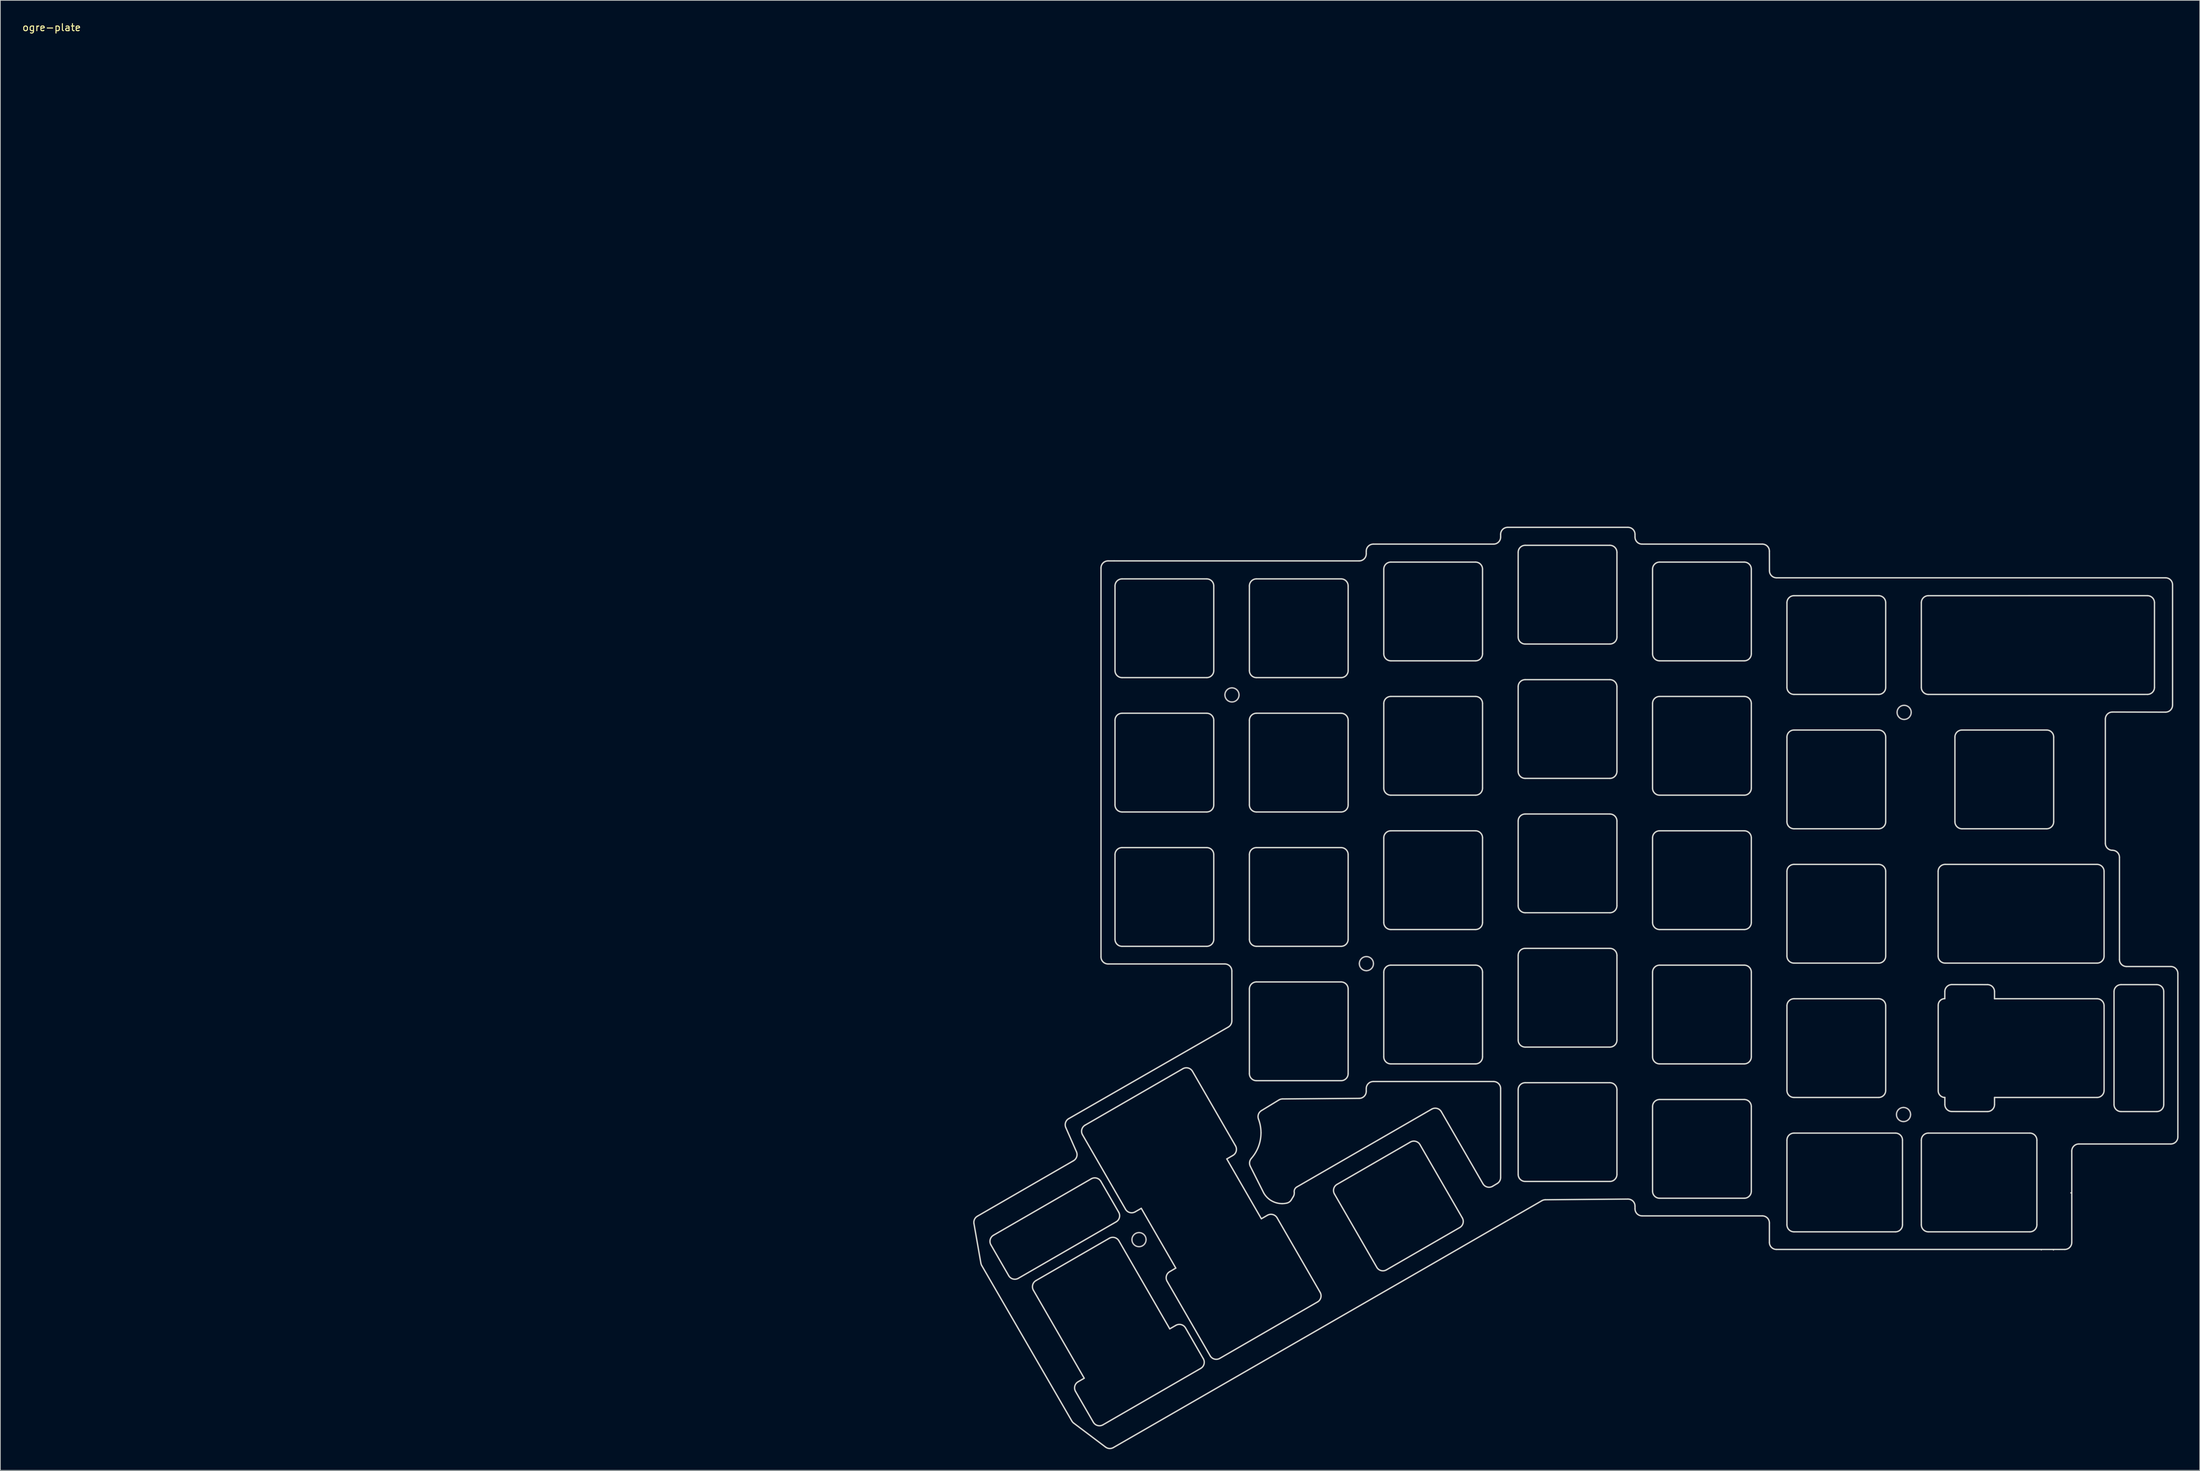
<source format=kicad_pcb>
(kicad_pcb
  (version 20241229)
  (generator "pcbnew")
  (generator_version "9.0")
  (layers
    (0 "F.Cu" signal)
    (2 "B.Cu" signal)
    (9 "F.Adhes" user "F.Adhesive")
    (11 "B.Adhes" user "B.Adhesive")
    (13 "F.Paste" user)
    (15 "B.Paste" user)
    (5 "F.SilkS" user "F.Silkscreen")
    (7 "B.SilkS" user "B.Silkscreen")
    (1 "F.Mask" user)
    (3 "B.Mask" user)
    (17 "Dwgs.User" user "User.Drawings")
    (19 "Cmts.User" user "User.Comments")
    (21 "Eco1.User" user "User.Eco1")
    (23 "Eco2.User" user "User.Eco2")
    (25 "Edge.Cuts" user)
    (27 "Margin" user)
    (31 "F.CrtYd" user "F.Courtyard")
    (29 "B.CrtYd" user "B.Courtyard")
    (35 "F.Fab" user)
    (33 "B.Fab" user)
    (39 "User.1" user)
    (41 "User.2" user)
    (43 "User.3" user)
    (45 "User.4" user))
  (footprint "ogre-plate"
    (layer "F.Cu")
    (at 4.268 0.348)
    (property "Reference" "ogre-plate" (at 0 0.5 0) (layer "F.SilkS") (effects (font (size 1 1) (thickness 0.15))))
    (attr through_hole)
    (fp_curve (pts (xy 153.142 172.371) (xy 153.142 171.818) (xy 153.59 171.371) (xy 154.142 171.371)) (stroke (width 0.2) (type solid)) (layer "Dwgs.User"))
    (fp_curve (pts (xy 154.142 171.371) (xy 154.695 171.371) (xy 155.142 171.818) (xy 155.142 172.371)) (stroke (width 0.2) (type solid)) (layer "Dwgs.User"))
    (fp_curve (pts (xy 154.142 173.371) (xy 153.59 173.371) (xy 153.142 172.923) (xy 153.142 172.371)) (stroke (width 0.2) (type solid)) (layer "Dwgs.User"))
    (fp_curve (pts (xy 155.142 172.371) (xy 155.142 172.923) (xy 154.695 173.371) (xy 154.142 173.371)) (stroke (width 0.2) (type solid)) (layer "Dwgs.User"))
    (fp_curve (pts (xy 166.32 95.135) (xy 166.32 94.583) (xy 166.768 94.135) (xy 167.32 94.135)) (stroke (width 0.2) (type solid)) (layer "Dwgs.User"))
    (fp_curve (pts (xy 167.32 94.135) (xy 167.873 94.135) (xy 168.32 94.583) (xy 168.32 95.135)) (stroke (width 0.2) (type solid)) (layer "Dwgs.User"))
    (fp_curve (pts (xy 167.32 96.135) (xy 166.768 96.135) (xy 166.32 95.687) (xy 166.32 95.135)) (stroke (width 0.2) (type solid)) (layer "Dwgs.User"))
    (fp_curve (pts (xy 168.32 95.135) (xy 168.32 95.687) (xy 167.873 96.135) (xy 167.32 96.135)) (stroke (width 0.2) (type solid)) (layer "Dwgs.User"))
    (fp_curve (pts (xy 185.376 133.236) (xy 185.376 132.683) (xy 185.824 132.236) (xy 186.376 132.236)) (stroke (width 0.2) (type solid)) (layer "Dwgs.User"))
    (fp_curve (pts (xy 186.376 132.236) (xy 186.929 132.236) (xy 187.376 132.683) (xy 187.376 133.236)) (stroke (width 0.2) (type solid)) (layer "Dwgs.User"))
    (fp_curve (pts (xy 186.376 134.236) (xy 185.824 134.236) (xy 185.376 133.788) (xy 185.376 133.236)) (stroke (width 0.2) (type solid)) (layer "Dwgs.User"))
    (fp_curve (pts (xy 187.376 133.236) (xy 187.376 133.788) (xy 186.929 134.236) (xy 186.376 134.236)) (stroke (width 0.2) (type solid)) (layer "Dwgs.User"))
    (fp_curve (pts (xy 261.516 154.631) (xy 261.516 154.078) (xy 261.964 153.631) (xy 262.516 153.631)) (stroke (width 0.2) (type solid)) (layer "Dwgs.User"))
    (fp_curve (pts (xy 261.603 97.611) (xy 261.603 97.059) (xy 262.05 96.611) (xy 262.603 96.611)) (stroke (width 0.2) (type solid)) (layer "Dwgs.User"))
    (fp_curve (pts (xy 262.516 153.631) (xy 263.069 153.631) (xy 263.516 154.078) (xy 263.516 154.631)) (stroke (width 0.2) (type solid)) (layer "Dwgs.User"))
    (fp_curve (pts (xy 262.516 155.631) (xy 261.964 155.631) (xy 261.516 155.183) (xy 261.516 154.631)) (stroke (width 0.2) (type solid)) (layer "Dwgs.User"))
    (fp_curve (pts (xy 262.603 96.611) (xy 263.155 96.611) (xy 263.603 97.059) (xy 263.603 97.611)) (stroke (width 0.2) (type solid)) (layer "Dwgs.User"))
    (fp_curve (pts (xy 262.603 98.611) (xy 262.05 98.611) (xy 261.603 98.163) (xy 261.603 97.611)) (stroke (width 0.2) (type solid)) (layer "Dwgs.User"))
    (fp_curve (pts (xy 263.516 154.631) (xy 263.516 155.183) (xy 263.069 155.631) (xy 262.516 155.631)) (stroke (width 0.2) (type solid)) (layer "Dwgs.User"))
    (fp_curve (pts (xy 263.603 97.611) (xy 263.603 98.163) (xy 263.155 98.611) (xy 262.603 98.611)) (stroke (width 0.2) (type solid)) (layer "Dwgs.User"))
    (fp_line (start 282.046 173.814) (end 282.046 173.814) (stroke (width 0.2) (type solid)) (layer "Edge.Cuts"))
    (fp_line (start 283.769 173.814) (end 283.769 173.814) (stroke (width 0.2) (type solid)) (layer "Edge.Cuts"))
    (fp_line (start 283.769 173.814) (end 283.769 173.814) (stroke (width 0.2) (type solid)) (layer "Edge.Cuts"))
    (fp_line (start 286.247 165.741) (end 286.247 165.741) (stroke (width 0.2) (type solid)) (layer "Edge.Cuts"))
    (fp_curve (pts (xy 130.744 170.088) (xy 130.672 169.674) (xy 130.866 169.259) (xy 131.23 169.049)) (stroke (width 0.2) (type solid)) (layer "Edge.Cuts"))
    (fp_curve (pts (xy 131.23 169.049) (xy 131.23 169.049) (xy 144.859 161.18) (xy 144.859 161.18)) (stroke (width 0.2) (type solid)) (layer "Edge.Cuts"))
    (fp_curve (pts (xy 131.728 175.713) (xy 131.728 175.713) (xy 130.744 170.088) (xy 130.744 170.088)) (stroke (width 0.2) (type solid)) (layer "Edge.Cuts"))
    (fp_curve (pts (xy 131.848 176.042) (xy 131.789 175.94) (xy 131.749 175.829) (xy 131.728 175.713)) (stroke (width 0.2) (type solid)) (layer "Edge.Cuts"))
    (fp_curve (pts (xy 133.149 173.112) (xy 133.149 173.112) (xy 135.674 177.485) (xy 135.674 177.485)) (stroke (width 0.2) (type solid)) (layer "Edge.Cuts"))
    (fp_curve (pts (xy 133.515 171.746) (xy 133.037 172.022) (xy 132.873 172.634) (xy 133.149 173.112)) (stroke (width 0.2) (type solid)) (layer "Edge.Cuts"))
    (fp_curve (pts (xy 135.674 177.485) (xy 135.95 177.964) (xy 136.562 178.127) (xy 137.04 177.851)) (stroke (width 0.2) (type solid)) (layer "Edge.Cuts"))
    (fp_curve (pts (xy 137.04 177.851) (xy 137.04 177.851) (xy 150.897 169.851) (xy 150.897 169.851)) (stroke (width 0.2) (type solid)) (layer "Edge.Cuts"))
    (fp_curve (pts (xy 139.171 179.542) (xy 138.895 179.064) (xy 139.059 178.452) (xy 139.537 178.176)) (stroke (width 0.2) (type solid)) (layer "Edge.Cuts"))
    (fp_curve (pts (xy 139.537 178.176) (xy 139.537 178.176) (xy 149.93 172.176) (xy 149.93 172.176)) (stroke (width 0.2) (type solid)) (layer "Edge.Cuts"))
    (fp_curve (pts (xy 143.766 156.485) (xy 143.56 156.017) (xy 143.74 155.469) (xy 144.183 155.214)) (stroke (width 0.2) (type solid)) (layer "Edge.Cuts"))
    (fp_curve (pts (xy 144.183 155.214) (xy 144.183 155.214) (xy 166.8 142.227) (xy 166.8 142.227)) (stroke (width 0.2) (type solid)) (layer "Edge.Cuts"))
    (fp_curve (pts (xy 144.622 198.088) (xy 144.622 198.088) (xy 131.848 176.042) (xy 131.848 176.042)) (stroke (width 0.2) (type solid)) (layer "Edge.Cuts"))
    (fp_curve (pts (xy 144.859 161.18) (xy 145.3 160.925) (xy 145.479 160.378) (xy 145.274 159.911)) (stroke (width 0.2) (type solid)) (layer "Edge.Cuts"))
    (fp_curve (pts (xy 144.886 198.386) (xy 144.779 198.305) (xy 144.689 198.204) (xy 144.622 198.088)) (stroke (width 0.2) (type solid)) (layer "Edge.Cuts"))
    (fp_curve (pts (xy 145.144 193.888) (xy 144.868 193.409) (xy 145.032 192.798) (xy 145.51 192.522)) (stroke (width 0.2) (type solid)) (layer "Edge.Cuts"))
    (fp_curve (pts (xy 145.274 159.911) (xy 145.274 159.911) (xy 143.766 156.485) (xy 143.766 156.485)) (stroke (width 0.2) (type solid)) (layer "Edge.Cuts"))
    (fp_curve (pts (xy 145.51 192.522) (xy 145.51 192.522) (xy 146.376 192.022) (xy 146.376 192.022)) (stroke (width 0.2) (type solid)) (layer "Edge.Cuts"))
    (fp_curve (pts (xy 146.135 157.504) (xy 145.859 157.025) (xy 146.023 156.414) (xy 146.501 156.137)) (stroke (width 0.2) (type solid)) (layer "Edge.Cuts"))
    (fp_curve (pts (xy 146.376 192.022) (xy 146.376 192.022) (xy 139.171 179.542) (xy 139.171 179.542)) (stroke (width 0.2) (type solid)) (layer "Edge.Cuts"))
    (fp_curve (pts (xy 146.501 156.137) (xy 146.501 156.137) (xy 160.357 148.137) (xy 160.357 148.137)) (stroke (width 0.2) (type solid)) (layer "Edge.Cuts"))
    (fp_curve (pts (xy 147.372 163.746) (xy 147.372 163.746) (xy 133.515 171.746) (xy 133.515 171.746)) (stroke (width 0.2) (type solid)) (layer "Edge.Cuts"))
    (fp_curve (pts (xy 147.669 198.261) (xy 147.669 198.261) (xy 145.144 193.888) (xy 145.144 193.888)) (stroke (width 0.2) (type solid)) (layer "Edge.Cuts"))
    (fp_curve (pts (xy 148.738 164.112) (xy 148.461 163.633) (xy 147.85 163.47) (xy 147.372 163.746)) (stroke (width 0.2) (type solid)) (layer "Edge.Cuts"))
    (fp_curve (pts (xy 148.754 77.132) (xy 148.754 76.58) (xy 149.202 76.132) (xy 149.754 76.132)) (stroke (width 0.2) (type solid)) (layer "Edge.Cuts"))
    (fp_curve (pts (xy 148.754 132.282) (xy 148.754 132.282) (xy 148.754 77.132) (xy 148.754 77.132)) (stroke (width 0.2) (type solid)) (layer "Edge.Cuts"))
    (fp_curve (pts (xy 149.035 198.627) (xy 148.557 198.903) (xy 147.945 198.739) (xy 147.669 198.261)) (stroke (width 0.2) (type solid)) (layer "Edge.Cuts"))
    (fp_curve (pts (xy 149.406 201.789) (xy 149.406 201.789) (xy 144.886 198.386) (xy 144.886 198.386)) (stroke (width 0.2) (type solid)) (layer "Edge.Cuts"))
    (fp_curve (pts (xy 149.754 76.132) (xy 149.754 76.132) (xy 150.613 76.132) (xy 150.613 76.132)) (stroke (width 0.2) (type solid)) (layer "Edge.Cuts"))
    (fp_curve (pts (xy 149.754 133.282) (xy 149.202 133.282) (xy 148.754 132.835) (xy 148.754 132.282)) (stroke (width 0.2) (type solid)) (layer "Edge.Cuts"))
    (fp_curve (pts (xy 149.93 172.176) (xy 150.408 171.9) (xy 151.019 172.064) (xy 151.296 172.542)) (stroke (width 0.2) (type solid)) (layer "Edge.Cuts"))
    (fp_curve (pts (xy 150.507 201.856) (xy 150.159 202.056) (xy 149.726 202.03) (xy 149.406 201.789)) (stroke (width 0.2) (type solid)) (layer "Edge.Cuts"))
    (fp_curve (pts (xy 150.613 76.132) (xy 150.613 76.132) (xy 185.354 76.132) (xy 185.354 76.132)) (stroke (width 0.2) (type solid)) (layer "Edge.Cuts"))
    (fp_curve (pts (xy 150.74 79.682) (xy 150.74 79.682) (xy 150.74 91.682) (xy 150.74 91.682)) (stroke (width 0.2) (type solid)) (layer "Edge.Cuts"))
    (fp_curve (pts (xy 150.74 91.682) (xy 150.74 92.235) (xy 151.187 92.682) (xy 151.74 92.682)) (stroke (width 0.2) (type solid)) (layer "Edge.Cuts"))
    (fp_curve (pts (xy 150.74 98.732) (xy 150.74 98.732) (xy 150.74 110.732) (xy 150.74 110.732)) (stroke (width 0.2) (type solid)) (layer "Edge.Cuts"))
    (fp_curve (pts (xy 150.74 110.732) (xy 150.74 111.285) (xy 151.187 111.732) (xy 151.74 111.732)) (stroke (width 0.2) (type solid)) (layer "Edge.Cuts"))
    (fp_curve (pts (xy 150.74 117.782) (xy 150.74 117.782) (xy 150.74 129.782) (xy 150.74 129.782)) (stroke (width 0.2) (type solid)) (layer "Edge.Cuts"))
    (fp_curve (pts (xy 150.74 129.782) (xy 150.74 130.335) (xy 151.187 130.782) (xy 151.74 130.782)) (stroke (width 0.2) (type solid)) (layer "Edge.Cuts"))
    (fp_curve (pts (xy 150.897 169.851) (xy 151.375 169.575) (xy 151.539 168.964) (xy 151.263 168.485)) (stroke (width 0.2) (type solid)) (layer "Edge.Cuts"))
    (fp_curve (pts (xy 151.263 168.485) (xy 151.263 168.485) (xy 148.738 164.112) (xy 148.738 164.112)) (stroke (width 0.2) (type solid)) (layer "Edge.Cuts"))
    (fp_curve (pts (xy 151.296 172.542) (xy 151.296 172.542) (xy 158.501 185.022) (xy 158.501 185.022)) (stroke (width 0.2) (type solid)) (layer "Edge.Cuts"))
    (fp_curve (pts (xy 151.74 78.682) (xy 151.187 78.682) (xy 150.74 79.13) (xy 150.74 79.682)) (stroke (width 0.2) (type solid)) (layer "Edge.Cuts"))
    (fp_curve (pts (xy 151.74 92.682) (xy 151.74 92.682) (xy 163.74 92.682) (xy 163.74 92.682)) (stroke (width 0.2) (type solid)) (layer "Edge.Cuts"))
    (fp_curve (pts (xy 151.74 97.732) (xy 151.187 97.732) (xy 150.74 98.18) (xy 150.74 98.732)) (stroke (width 0.2) (type solid)) (layer "Edge.Cuts"))
    (fp_curve (pts (xy 151.74 111.732) (xy 151.74 111.732) (xy 163.74 111.732) (xy 163.74 111.732)) (stroke (width 0.2) (type solid)) (layer "Edge.Cuts"))
    (fp_curve (pts (xy 151.74 116.782) (xy 151.187 116.782) (xy 150.74 117.23) (xy 150.74 117.782)) (stroke (width 0.2) (type solid)) (layer "Edge.Cuts"))
    (fp_curve (pts (xy 151.74 130.782) (xy 151.74 130.782) (xy 163.74 130.782) (xy 163.74 130.782)) (stroke (width 0.2) (type solid)) (layer "Edge.Cuts"))
    (fp_curve (pts (xy 152.232 168.064) (xy 152.232 168.064) (xy 146.135 157.504) (xy 146.135 157.504)) (stroke (width 0.2) (type solid)) (layer "Edge.Cuts"))
    (fp_curve (pts (xy 153.598 168.43) (xy 153.12 168.706) (xy 152.508 168.542) (xy 152.232 168.064)) (stroke (width 0.2) (type solid)) (layer "Edge.Cuts"))
    (fp_curve (pts (xy 154.464 167.93) (xy 154.464 167.93) (xy 153.598 168.43) (xy 153.598 168.43)) (stroke (width 0.2) (type solid)) (layer "Edge.Cuts"))
    (fp_curve (pts (xy 158.128 178.275) (xy 157.852 177.799) (xy 158.014 177.189) (xy 158.49 176.912)) (stroke (width 0.2) (type solid)) (layer "Edge.Cuts"))
    (fp_curve (pts (xy 158.49 176.912) (xy 158.49 176.912) (xy 159.357 176.405) (xy 159.357 176.405)) (stroke (width 0.2) (type solid)) (layer "Edge.Cuts"))
    (fp_curve (pts (xy 158.501 185.022) (xy 158.501 185.022) (xy 159.367 184.522) (xy 159.367 184.522)) (stroke (width 0.2) (type solid)) (layer "Edge.Cuts"))
    (fp_curve (pts (xy 159.357 176.405) (xy 159.357 176.405) (xy 154.464 167.93) (xy 154.464 167.93)) (stroke (width 0.2) (type solid)) (layer "Edge.Cuts"))
    (fp_curve (pts (xy 159.367 184.522) (xy 159.845 184.246) (xy 160.456 184.409) (xy 160.733 184.888)) (stroke (width 0.2) (type solid)) (layer "Edge.Cuts"))
    (fp_curve (pts (xy 160.357 148.137) (xy 160.836 147.861) (xy 161.447 148.025) (xy 161.724 148.504)) (stroke (width 0.2) (type solid)) (layer "Edge.Cuts"))
    (fp_curve (pts (xy 160.733 184.888) (xy 160.733 184.888) (xy 163.258 189.261) (xy 163.258 189.261)) (stroke (width 0.2) (type solid)) (layer "Edge.Cuts"))
    (fp_curve (pts (xy 161.724 148.504) (xy 161.724 148.504) (xy 167.82 159.064) (xy 167.82 159.064)) (stroke (width 0.2) (type solid)) (layer "Edge.Cuts"))
    (fp_curve (pts (xy 162.892 190.627) (xy 162.892 190.627) (xy 149.035 198.627) (xy 149.035 198.627)) (stroke (width 0.2) (type solid)) (layer "Edge.Cuts"))
    (fp_curve (pts (xy 163.258 189.261) (xy 163.534 189.739) (xy 163.37 190.351) (xy 162.892 190.627)) (stroke (width 0.2) (type solid)) (layer "Edge.Cuts"))
    (fp_curve (pts (xy 163.74 78.682) (xy 163.74 78.682) (xy 151.74 78.682) (xy 151.74 78.682)) (stroke (width 0.2) (type solid)) (layer "Edge.Cuts"))
    (fp_curve (pts (xy 163.74 92.682) (xy 164.292 92.682) (xy 164.74 92.235) (xy 164.74 91.682)) (stroke (width 0.2) (type solid)) (layer "Edge.Cuts"))
    (fp_curve (pts (xy 163.74 97.732) (xy 163.74 97.732) (xy 151.74 97.732) (xy 151.74 97.732)) (stroke (width 0.2) (type solid)) (layer "Edge.Cuts"))
    (fp_curve (pts (xy 163.74 111.732) (xy 164.292 111.732) (xy 164.74 111.285) (xy 164.74 110.732)) (stroke (width 0.2) (type solid)) (layer "Edge.Cuts"))
    (fp_curve (pts (xy 163.74 116.782) (xy 163.74 116.782) (xy 151.74 116.782) (xy 151.74 116.782)) (stroke (width 0.2) (type solid)) (layer "Edge.Cuts"))
    (fp_curve (pts (xy 163.74 130.782) (xy 164.292 130.782) (xy 164.74 130.335) (xy 164.74 129.782)) (stroke (width 0.2) (type solid)) (layer "Edge.Cuts"))
    (fp_curve (pts (xy 164.227 188.84) (xy 164.227 188.84) (xy 158.128 178.275) (xy 158.128 178.275)) (stroke (width 0.2) (type solid)) (layer "Edge.Cuts"))
    (fp_curve (pts (xy 164.74 79.682) (xy 164.74 79.13) (xy 164.292 78.682) (xy 163.74 78.682)) (stroke (width 0.2) (type solid)) (layer "Edge.Cuts"))
    (fp_curve (pts (xy 164.74 91.682) (xy 164.74 91.682) (xy 164.74 79.682) (xy 164.74 79.682)) (stroke (width 0.2) (type solid)) (layer "Edge.Cuts"))
    (fp_curve (pts (xy 164.74 98.732) (xy 164.74 98.18) (xy 164.292 97.732) (xy 163.74 97.732)) (stroke (width 0.2) (type solid)) (layer "Edge.Cuts"))
    (fp_curve (pts (xy 164.74 110.732) (xy 164.74 110.732) (xy 164.74 98.732) (xy 164.74 98.732)) (stroke (width 0.2) (type solid)) (layer "Edge.Cuts"))
    (fp_curve (pts (xy 164.74 117.782) (xy 164.74 117.23) (xy 164.292 116.782) (xy 163.74 116.782)) (stroke (width 0.2) (type solid)) (layer "Edge.Cuts"))
    (fp_curve (pts (xy 164.74 129.782) (xy 164.74 129.782) (xy 164.74 117.782) (xy 164.74 117.782)) (stroke (width 0.2) (type solid)) (layer "Edge.Cuts"))
    (fp_curve (pts (xy 165.593 189.206) (xy 165.115 189.482) (xy 164.503 189.318) (xy 164.227 188.84)) (stroke (width 0.2) (type solid)) (layer "Edge.Cuts"))
    (fp_curve (pts (xy 166.304 133.282) (xy 166.304 133.282) (xy 149.754 133.282) (xy 149.754 133.282)) (stroke (width 0.2) (type solid)) (layer "Edge.Cuts"))
    (fp_curve (pts (xy 166.588 160.93) (xy 166.588 160.93) (xy 171.487 169.413) (xy 171.487 169.413)) (stroke (width 0.2) (type solid)) (layer "Edge.Cuts"))
    (fp_curve (pts (xy 166.8 142.227) (xy 167.11 142.048) (xy 167.302 141.718) (xy 167.302 141.36)) (stroke (width 0.2) (type solid)) (layer "Edge.Cuts"))
    (fp_curve (pts (xy 167.302 141.36) (xy 167.302 141.36) (xy 167.304 134.283) (xy 167.304 134.283)) (stroke (width 0.2) (type solid)) (layer "Edge.Cuts"))
    (fp_curve (pts (xy 167.304 134.283) (xy 167.304 133.73) (xy 166.856 133.282) (xy 166.304 133.282)) (stroke (width 0.2) (type solid)) (layer "Edge.Cuts"))
    (fp_curve (pts (xy 167.454 160.43) (xy 167.454 160.43) (xy 166.588 160.93) (xy 166.588 160.93)) (stroke (width 0.2) (type solid)) (layer "Edge.Cuts"))
    (fp_curve (pts (xy 167.82 159.064) (xy 168.097 159.542) (xy 167.933 160.153) (xy 167.454 160.43)) (stroke (width 0.2) (type solid)) (layer "Edge.Cuts"))
    (fp_curve (pts (xy 169.79 79.682) (xy 169.79 79.682) (xy 169.79 91.682) (xy 169.79 91.682)) (stroke (width 0.2) (type solid)) (layer "Edge.Cuts"))
    (fp_curve (pts (xy 169.79 91.682) (xy 169.79 92.235) (xy 170.237 92.682) (xy 170.79 92.682)) (stroke (width 0.2) (type solid)) (layer "Edge.Cuts"))
    (fp_curve (pts (xy 169.79 98.732) (xy 169.79 98.732) (xy 169.79 110.732) (xy 169.79 110.732)) (stroke (width 0.2) (type solid)) (layer "Edge.Cuts"))
    (fp_curve (pts (xy 169.79 110.732) (xy 169.79 111.285) (xy 170.237 111.732) (xy 170.79 111.732)) (stroke (width 0.2) (type solid)) (layer "Edge.Cuts"))
    (fp_curve (pts (xy 169.79 117.782) (xy 169.79 117.782) (xy 169.79 129.782) (xy 169.79 129.782)) (stroke (width 0.2) (type solid)) (layer "Edge.Cuts"))
    (fp_curve (pts (xy 169.79 129.782) (xy 169.79 130.335) (xy 170.237 130.782) (xy 170.79 130.782)) (stroke (width 0.2) (type solid)) (layer "Edge.Cuts"))
    (fp_curve (pts (xy 169.79 136.832) (xy 169.79 136.832) (xy 169.79 148.832) (xy 169.79 148.832)) (stroke (width 0.2) (type solid)) (layer "Edge.Cuts"))
    (fp_curve (pts (xy 169.79 148.832) (xy 169.79 149.385) (xy 170.237 149.832) (xy 170.79 149.832)) (stroke (width 0.2) (type solid)) (layer "Edge.Cuts"))
    (fp_curve (pts (xy 169.918 161.97) (xy 169.918 161.97) (xy 171.821 165.75) (xy 171.821 165.75)) (stroke (width 0.2) (type solid)) (layer "Edge.Cuts"))
    (fp_curve (pts (xy 170.037 160.887) (xy 169.787 161.193) (xy 169.74 161.617) (xy 169.918 161.97)) (stroke (width 0.2) (type solid)) (layer "Edge.Cuts"))
    (fp_curve (pts (xy 170.067 160.85) (xy 170.067 160.85) (xy 170.037 160.887) (xy 170.037 160.887)) (stroke (width 0.2) (type solid)) (layer "Edge.Cuts"))
    (fp_curve (pts (xy 170.79 78.682) (xy 170.237 78.682) (xy 169.79 79.13) (xy 169.79 79.682)) (stroke (width 0.2) (type solid)) (layer "Edge.Cuts"))
    (fp_curve (pts (xy 170.79 92.682) (xy 170.79 92.682) (xy 182.79 92.682) (xy 182.79 92.682)) (stroke (width 0.2) (type solid)) (layer "Edge.Cuts"))
    (fp_curve (pts (xy 170.79 97.732) (xy 170.237 97.732) (xy 169.79 98.18) (xy 169.79 98.732)) (stroke (width 0.2) (type solid)) (layer "Edge.Cuts"))
    (fp_curve (pts (xy 170.79 111.732) (xy 170.79 111.732) (xy 182.79 111.732) (xy 182.79 111.732)) (stroke (width 0.2) (type solid)) (layer "Edge.Cuts"))
    (fp_curve (pts (xy 170.79 116.782) (xy 170.237 116.782) (xy 169.79 117.23) (xy 169.79 117.782)) (stroke (width 0.2) (type solid)) (layer "Edge.Cuts"))
    (fp_curve (pts (xy 170.79 130.782) (xy 170.79 130.782) (xy 182.79 130.782) (xy 182.79 130.782)) (stroke (width 0.2) (type solid)) (layer "Edge.Cuts"))
    (fp_curve (pts (xy 170.79 135.832) (xy 170.237 135.832) (xy 169.79 136.28) (xy 169.79 136.832)) (stroke (width 0.2) (type solid)) (layer "Edge.Cuts"))
    (fp_curve (pts (xy 170.79 149.832) (xy 170.79 149.832) (xy 182.79 149.832) (xy 182.79 149.832)) (stroke (width 0.2) (type solid)) (layer "Edge.Cuts"))
    (fp_curve (pts (xy 171.078 155.274) (xy 171.312 155.894) (xy 171.434 156.555) (xy 171.434 157.222)) (stroke (width 0.2) (type solid)) (layer "Edge.Cuts"))
    (fp_curve (pts (xy 171.434 157.222) (xy 171.434 158.558) (xy 170.949 159.847) (xy 170.067 160.85)) (stroke (width 0.2) (type solid)) (layer "Edge.Cuts"))
    (fp_curve (pts (xy 171.487 169.413) (xy 171.487 169.413) (xy 172.352 168.913) (xy 172.352 168.913)) (stroke (width 0.2) (type solid)) (layer "Edge.Cuts"))
    (fp_curve (pts (xy 171.494 154.079) (xy 171.088 154.327) (xy 170.91 154.829) (xy 171.078 155.274)) (stroke (width 0.2) (type solid)) (layer "Edge.Cuts"))
    (fp_curve (pts (xy 171.821 165.75) (xy 172.225 166.458) (xy 172.882 166.961) (xy 173.671 167.167)) (stroke (width 0.2) (type solid)) (layer "Edge.Cuts"))
    (fp_curve (pts (xy 172.352 168.913) (xy 172.831 168.637) (xy 173.442 168.801) (xy 173.719 169.279)) (stroke (width 0.2) (type solid)) (layer "Edge.Cuts"))
    (fp_curve (pts (xy 173.671 167.167) (xy 173.924 167.233) (xy 174.179 167.265) (xy 174.433 167.265)) (stroke (width 0.2) (type solid)) (layer "Edge.Cuts"))
    (fp_curve (pts (xy 173.719 169.279) (xy 173.719 169.279) (xy 179.815 179.839) (xy 179.815 179.839)) (stroke (width 0.2) (type solid)) (layer "Edge.Cuts"))
    (fp_curve (pts (xy 173.986 152.559) (xy 173.986 152.559) (xy 171.494 154.079) (xy 171.494 154.079)) (stroke (width 0.2) (type solid)) (layer "Edge.Cuts"))
    (fp_curve (pts (xy 174.433 167.265) (xy 174.662 167.265) (xy 174.889 167.239) (xy 175.111 167.186)) (stroke (width 0.2) (type solid)) (layer "Edge.Cuts"))
    (fp_curve (pts (xy 174.488 152.419) (xy 174.311 152.421) (xy 174.138 152.469) (xy 173.986 152.559)) (stroke (width 0.2) (type solid)) (layer "Edge.Cuts"))
    (fp_curve (pts (xy 175.111 167.186) (xy 175.368 167.126) (xy 175.589 166.96) (xy 175.727 166.735)) (stroke (width 0.2) (type solid)) (layer "Edge.Cuts"))
    (fp_curve (pts (xy 175.727 166.735) (xy 175.727 166.735) (xy 176.005 166.284) (xy 176.005 166.284)) (stroke (width 0.2) (type solid)) (layer "Edge.Cuts"))
    (fp_curve (pts (xy 176.005 166.284) (xy 176.121 166.095) (xy 176.174 165.872) (xy 176.145 165.651)) (stroke (width 0.2) (type solid)) (layer "Edge.Cuts"))
    (fp_curve (pts (xy 176.145 165.651) (xy 176.106 165.359) (xy 176.243 165.06) (xy 176.513 164.903)) (stroke (width 0.2) (type solid)) (layer "Edge.Cuts"))
    (fp_curve (pts (xy 176.513 164.903) (xy 176.513 164.903) (xy 195.633 153.866) (xy 195.633 153.866)) (stroke (width 0.2) (type solid)) (layer "Edge.Cuts"))
    (fp_curve (pts (xy 179.449 181.206) (xy 179.449 181.206) (xy 165.593 189.206) (xy 165.593 189.206)) (stroke (width 0.2) (type solid)) (layer "Edge.Cuts"))
    (fp_curve (pts (xy 179.815 179.839) (xy 180.092 180.318) (xy 179.928 180.929) (xy 179.449 181.206)) (stroke (width 0.2) (type solid)) (layer "Edge.Cuts"))
    (fp_curve (pts (xy 181.849 165.9) (xy 181.849 165.9) (xy 187.849 176.292) (xy 187.849 176.292)) (stroke (width 0.2) (type solid)) (layer "Edge.Cuts"))
    (fp_curve (pts (xy 182.215 164.534) (xy 181.736 164.81) (xy 181.572 165.422) (xy 181.849 165.9)) (stroke (width 0.2) (type solid)) (layer "Edge.Cuts"))
    (fp_curve (pts (xy 182.79 78.682) (xy 182.79 78.682) (xy 170.79 78.682) (xy 170.79 78.682)) (stroke (width 0.2) (type solid)) (layer "Edge.Cuts"))
    (fp_curve (pts (xy 182.79 92.682) (xy 183.342 92.682) (xy 183.79 92.235) (xy 183.79 91.682)) (stroke (width 0.2) (type solid)) (layer "Edge.Cuts"))
    (fp_curve (pts (xy 182.79 97.732) (xy 182.79 97.732) (xy 170.79 97.732) (xy 170.79 97.732)) (stroke (width 0.2) (type solid)) (layer "Edge.Cuts"))
    (fp_curve (pts (xy 182.79 111.732) (xy 183.342 111.732) (xy 183.79 111.285) (xy 183.79 110.732)) (stroke (width 0.2) (type solid)) (layer "Edge.Cuts"))
    (fp_curve (pts (xy 182.79 116.782) (xy 182.79 116.782) (xy 170.79 116.782) (xy 170.79 116.782)) (stroke (width 0.2) (type solid)) (layer "Edge.Cuts"))
    (fp_curve (pts (xy 182.79 130.782) (xy 183.342 130.782) (xy 183.79 130.335) (xy 183.79 129.782)) (stroke (width 0.2) (type solid)) (layer "Edge.Cuts"))
    (fp_curve (pts (xy 182.79 135.832) (xy 182.79 135.832) (xy 170.79 135.832) (xy 170.79 135.832)) (stroke (width 0.2) (type solid)) (layer "Edge.Cuts"))
    (fp_curve (pts (xy 182.79 149.832) (xy 183.342 149.832) (xy 183.79 149.385) (xy 183.79 148.832)) (stroke (width 0.2) (type solid)) (layer "Edge.Cuts"))
    (fp_curve (pts (xy 183.79 79.682) (xy 183.79 79.13) (xy 183.342 78.682) (xy 182.79 78.682)) (stroke (width 0.2) (type solid)) (layer "Edge.Cuts"))
    (fp_curve (pts (xy 183.79 91.682) (xy 183.79 91.682) (xy 183.79 79.682) (xy 183.79 79.682)) (stroke (width 0.2) (type solid)) (layer "Edge.Cuts"))
    (fp_curve (pts (xy 183.79 98.732) (xy 183.79 98.18) (xy 183.342 97.732) (xy 182.79 97.732)) (stroke (width 0.2) (type solid)) (layer "Edge.Cuts"))
    (fp_curve (pts (xy 183.79 110.732) (xy 183.79 110.732) (xy 183.79 98.732) (xy 183.79 98.732)) (stroke (width 0.2) (type solid)) (layer "Edge.Cuts"))
    (fp_curve (pts (xy 183.79 117.782) (xy 183.79 117.23) (xy 183.342 116.782) (xy 182.79 116.782)) (stroke (width 0.2) (type solid)) (layer "Edge.Cuts"))
    (fp_curve (pts (xy 183.79 129.782) (xy 183.79 129.782) (xy 183.79 117.782) (xy 183.79 117.782)) (stroke (width 0.2) (type solid)) (layer "Edge.Cuts"))
    (fp_curve (pts (xy 183.79 136.832) (xy 183.79 136.28) (xy 183.342 135.832) (xy 182.79 135.832)) (stroke (width 0.2) (type solid)) (layer "Edge.Cuts"))
    (fp_curve (pts (xy 183.79 148.832) (xy 183.79 148.832) (xy 183.79 136.832) (xy 183.79 136.832)) (stroke (width 0.2) (type solid)) (layer "Edge.Cuts"))
    (fp_curve (pts (xy 185.354 76.132) (xy 185.906 76.132) (xy 186.354 75.685) (xy 186.354 75.132)) (stroke (width 0.2) (type solid)) (layer "Edge.Cuts"))
    (fp_curve (pts (xy 185.361 152.34) (xy 185.361 152.34) (xy 174.488 152.419) (xy 174.488 152.419)) (stroke (width 0.2) (type solid)) (layer "Edge.Cuts"))
    (fp_curve (pts (xy 186.354 74.752) (xy 186.354 74.2) (xy 186.802 73.752) (xy 187.354 73.752)) (stroke (width 0.2) (type solid)) (layer "Edge.Cuts"))
    (fp_curve (pts (xy 186.354 75.132) (xy 186.354 75.132) (xy 186.354 74.752) (xy 186.354 74.752)) (stroke (width 0.2) (type solid)) (layer "Edge.Cuts"))
    (fp_curve (pts (xy 186.354 150.952) (xy 186.354 150.952) (xy 186.354 151.34) (xy 186.354 151.34)) (stroke (width 0.2) (type solid)) (layer "Edge.Cuts"))
    (fp_curve (pts (xy 186.354 151.34) (xy 186.354 151.889) (xy 185.911 152.336) (xy 185.361 152.34)) (stroke (width 0.2) (type solid)) (layer "Edge.Cuts"))
    (fp_curve (pts (xy 187.354 73.752) (xy 187.354 73.752) (xy 204.404 73.752) (xy 204.404 73.752)) (stroke (width 0.2) (type solid)) (layer "Edge.Cuts"))
    (fp_curve (pts (xy 187.354 149.952) (xy 186.802 149.952) (xy 186.354 150.4) (xy 186.354 150.952)) (stroke (width 0.2) (type solid)) (layer "Edge.Cuts"))
    (fp_curve (pts (xy 187.849 176.292) (xy 188.125 176.77) (xy 188.736 176.934) (xy 189.215 176.658)) (stroke (width 0.2) (type solid)) (layer "Edge.Cuts"))
    (fp_curve (pts (xy 188.84 77.301) (xy 188.84 77.301) (xy 188.84 89.301) (xy 188.84 89.301)) (stroke (width 0.2) (type solid)) (layer "Edge.Cuts"))
    (fp_curve (pts (xy 188.84 89.301) (xy 188.84 89.853) (xy 189.287 90.301) (xy 189.84 90.301)) (stroke (width 0.2) (type solid)) (layer "Edge.Cuts"))
    (fp_curve (pts (xy 188.84 96.351) (xy 188.84 96.351) (xy 188.84 108.351) (xy 188.84 108.351)) (stroke (width 0.2) (type solid)) (layer "Edge.Cuts"))
    (fp_curve (pts (xy 188.84 108.351) (xy 188.84 108.903) (xy 189.287 109.351) (xy 189.84 109.351)) (stroke (width 0.2) (type solid)) (layer "Edge.Cuts"))
    (fp_curve (pts (xy 188.84 115.401) (xy 188.84 115.401) (xy 188.84 127.401) (xy 188.84 127.401)) (stroke (width 0.2) (type solid)) (layer "Edge.Cuts"))
    (fp_curve (pts (xy 188.84 127.401) (xy 188.84 127.953) (xy 189.287 128.401) (xy 189.84 128.401)) (stroke (width 0.2) (type solid)) (layer "Edge.Cuts"))
    (fp_curve (pts (xy 188.84 134.451) (xy 188.84 134.451) (xy 188.84 146.451) (xy 188.84 146.451)) (stroke (width 0.2) (type solid)) (layer "Edge.Cuts"))
    (fp_curve (pts (xy 188.84 146.451) (xy 188.84 147.003) (xy 189.287 147.451) (xy 189.84 147.451)) (stroke (width 0.2) (type solid)) (layer "Edge.Cuts"))
    (fp_curve (pts (xy 189.215 176.658) (xy 189.215 176.658) (xy 199.607 170.658) (xy 199.607 170.658)) (stroke (width 0.2) (type solid)) (layer "Edge.Cuts"))
    (fp_curve (pts (xy 189.84 76.301) (xy 189.287 76.301) (xy 188.84 76.749) (xy 188.84 77.301)) (stroke (width 0.2) (type solid)) (layer "Edge.Cuts"))
    (fp_curve (pts (xy 189.84 90.301) (xy 189.84 90.301) (xy 201.84 90.301) (xy 201.84 90.301)) (stroke (width 0.2) (type solid)) (layer "Edge.Cuts"))
    (fp_curve (pts (xy 189.84 95.351) (xy 189.287 95.351) (xy 188.84 95.799) (xy 188.84 96.351)) (stroke (width 0.2) (type solid)) (layer "Edge.Cuts"))
    (fp_curve (pts (xy 189.84 109.351) (xy 189.84 109.351) (xy 201.84 109.351) (xy 201.84 109.351)) (stroke (width 0.2) (type solid)) (layer "Edge.Cuts"))
    (fp_curve (pts (xy 189.84 114.401) (xy 189.287 114.401) (xy 188.84 114.849) (xy 188.84 115.401)) (stroke (width 0.2) (type solid)) (layer "Edge.Cuts"))
    (fp_curve (pts (xy 189.84 128.401) (xy 189.84 128.401) (xy 201.84 128.401) (xy 201.84 128.401)) (stroke (width 0.2) (type solid)) (layer "Edge.Cuts"))
    (fp_curve (pts (xy 189.84 133.451) (xy 189.287 133.451) (xy 188.84 133.899) (xy 188.84 134.451)) (stroke (width 0.2) (type solid)) (layer "Edge.Cuts"))
    (fp_curve (pts (xy 189.84 147.451) (xy 189.84 147.451) (xy 201.84 147.451) (xy 201.84 147.451)) (stroke (width 0.2) (type solid)) (layer "Edge.Cuts"))
    (fp_curve (pts (xy 192.607 158.534) (xy 192.607 158.534) (xy 182.215 164.534) (xy 182.215 164.534)) (stroke (width 0.2) (type solid)) (layer "Edge.Cuts"))
    (fp_curve (pts (xy 193.973 158.9) (xy 193.697 158.422) (xy 193.085 158.258) (xy 192.607 158.534)) (stroke (width 0.2) (type solid)) (layer "Edge.Cuts"))
    (fp_curve (pts (xy 195.633 153.866) (xy 196.111 153.59) (xy 196.723 153.754) (xy 196.999 154.232)) (stroke (width 0.2) (type solid)) (layer "Edge.Cuts"))
    (fp_curve (pts (xy 196.812 175.183) (xy 196.812 175.183) (xy 150.507 201.856) (xy 150.507 201.856)) (stroke (width 0.2) (type solid)) (layer "Edge.Cuts"))
    (fp_curve (pts (xy 196.999 154.232) (xy 196.999 154.232) (xy 202.894 164.443) (xy 202.894 164.443)) (stroke (width 0.2) (type solid)) (layer "Edge.Cuts"))
    (fp_curve (pts (xy 199.607 170.658) (xy 200.085 170.382) (xy 200.249 169.77) (xy 199.973 169.292)) (stroke (width 0.2) (type solid)) (layer "Edge.Cuts"))
    (fp_curve (pts (xy 199.973 169.292) (xy 199.973 169.292) (xy 193.973 158.9) (xy 193.973 158.9)) (stroke (width 0.2) (type solid)) (layer "Edge.Cuts"))
    (fp_curve (pts (xy 201.84 76.301) (xy 201.84 76.301) (xy 189.84 76.301) (xy 189.84 76.301)) (stroke (width 0.2) (type solid)) (layer "Edge.Cuts"))
    (fp_curve (pts (xy 201.84 90.301) (xy 202.392 90.301) (xy 202.84 89.853) (xy 202.84 89.301)) (stroke (width 0.2) (type solid)) (layer "Edge.Cuts"))
    (fp_curve (pts (xy 201.84 95.351) (xy 201.84 95.351) (xy 189.84 95.351) (xy 189.84 95.351)) (stroke (width 0.2) (type solid)) (layer "Edge.Cuts"))
    (fp_curve (pts (xy 201.84 109.351) (xy 202.392 109.351) (xy 202.84 108.903) (xy 202.84 108.351)) (stroke (width 0.2) (type solid)) (layer "Edge.Cuts"))
    (fp_curve (pts (xy 201.84 114.401) (xy 201.84 114.401) (xy 189.84 114.401) (xy 189.84 114.401)) (stroke (width 0.2) (type solid)) (layer "Edge.Cuts"))
    (fp_curve (pts (xy 201.84 128.401) (xy 202.392 128.401) (xy 202.84 127.953) (xy 202.84 127.401)) (stroke (width 0.2) (type solid)) (layer "Edge.Cuts"))
    (fp_curve (pts (xy 201.84 133.451) (xy 201.84 133.451) (xy 189.84 133.451) (xy 189.84 133.451)) (stroke (width 0.2) (type solid)) (layer "Edge.Cuts"))
    (fp_curve (pts (xy 201.84 147.451) (xy 202.392 147.451) (xy 202.84 147.003) (xy 202.84 146.451)) (stroke (width 0.2) (type solid)) (layer "Edge.Cuts"))
    (fp_curve (pts (xy 202.84 77.301) (xy 202.84 76.749) (xy 202.392 76.301) (xy 201.84 76.301)) (stroke (width 0.2) (type solid)) (layer "Edge.Cuts"))
    (fp_curve (pts (xy 202.84 89.301) (xy 202.84 89.301) (xy 202.84 77.301) (xy 202.84 77.301)) (stroke (width 0.2) (type solid)) (layer "Edge.Cuts"))
    (fp_curve (pts (xy 202.84 96.351) (xy 202.84 95.799) (xy 202.392 95.351) (xy 201.84 95.351)) (stroke (width 0.2) (type solid)) (layer "Edge.Cuts"))
    (fp_curve (pts (xy 202.84 108.351) (xy 202.84 108.351) (xy 202.84 96.351) (xy 202.84 96.351)) (stroke (width 0.2) (type solid)) (layer "Edge.Cuts"))
    (fp_curve (pts (xy 202.84 115.401) (xy 202.84 114.849) (xy 202.392 114.401) (xy 201.84 114.401)) (stroke (width 0.2) (type solid)) (layer "Edge.Cuts"))
    (fp_curve (pts (xy 202.84 127.401) (xy 202.84 127.401) (xy 202.84 115.401) (xy 202.84 115.401)) (stroke (width 0.2) (type solid)) (layer "Edge.Cuts"))
    (fp_curve (pts (xy 202.84 134.451) (xy 202.84 133.899) (xy 202.392 133.451) (xy 201.84 133.451)) (stroke (width 0.2) (type solid)) (layer "Edge.Cuts"))
    (fp_curve (pts (xy 202.84 146.451) (xy 202.84 146.451) (xy 202.84 134.451) (xy 202.84 134.451)) (stroke (width 0.2) (type solid)) (layer "Edge.Cuts"))
    (fp_curve (pts (xy 202.894 164.443) (xy 203.173 164.927) (xy 203.795 165.088) (xy 204.274 164.8)) (stroke (width 0.2) (type solid)) (layer "Edge.Cuts"))
    (fp_curve (pts (xy 204.274 164.8) (xy 204.274 164.8) (xy 204.918 164.414) (xy 204.918 164.414)) (stroke (width 0.2) (type solid)) (layer "Edge.Cuts"))
    (fp_curve (pts (xy 204.404 73.752) (xy 204.956 73.752) (xy 205.404 73.305) (xy 205.404 72.752)) (stroke (width 0.2) (type solid)) (layer "Edge.Cuts"))
    (fp_curve (pts (xy 204.404 149.952) (xy 204.404 149.952) (xy 187.354 149.952) (xy 187.354 149.952)) (stroke (width 0.2) (type solid)) (layer "Edge.Cuts"))
    (fp_curve (pts (xy 204.918 164.414) (xy 205.22 164.234) (xy 205.404 163.908) (xy 205.404 163.557)) (stroke (width 0.2) (type solid)) (layer "Edge.Cuts"))
    (fp_curve (pts (xy 205.404 72.372) (xy 205.404 71.82) (xy 205.852 71.372) (xy 206.404 71.372)) (stroke (width 0.2) (type solid)) (layer "Edge.Cuts"))
    (fp_curve (pts (xy 205.404 72.752) (xy 205.404 72.752) (xy 205.404 72.372) (xy 205.404 72.372)) (stroke (width 0.2) (type solid)) (layer "Edge.Cuts"))
    (fp_curve (pts (xy 205.404 150.952) (xy 205.404 150.4) (xy 204.956 149.952) (xy 204.404 149.952)) (stroke (width 0.2) (type solid)) (layer "Edge.Cuts"))
    (fp_curve (pts (xy 205.404 163.557) (xy 205.404 163.557) (xy 205.404 150.952) (xy 205.404 150.952)) (stroke (width 0.2) (type solid)) (layer "Edge.Cuts"))
    (fp_curve (pts (xy 206.024 169.863) (xy 206.024 169.863) (xy 196.812 175.183) (xy 196.812 175.183)) (stroke (width 0.2) (type solid)) (layer "Edge.Cuts"))
    (fp_curve (pts (xy 206.404 71.372) (xy 206.404 71.372) (xy 223.454 71.372) (xy 223.454 71.372)) (stroke (width 0.2) (type solid)) (layer "Edge.Cuts"))
    (fp_curve (pts (xy 207.89 74.92) (xy 207.89 74.92) (xy 207.89 86.92) (xy 207.89 86.92)) (stroke (width 0.2) (type solid)) (layer "Edge.Cuts"))
    (fp_curve (pts (xy 207.89 86.92) (xy 207.89 87.472) (xy 208.337 87.92) (xy 208.89 87.92)) (stroke (width 0.2) (type solid)) (layer "Edge.Cuts"))
    (fp_curve (pts (xy 207.89 93.97) (xy 207.89 93.97) (xy 207.89 105.97) (xy 207.89 105.97)) (stroke (width 0.2) (type solid)) (layer "Edge.Cuts"))
    (fp_curve (pts (xy 207.89 105.97) (xy 207.89 106.522) (xy 208.337 106.97) (xy 208.89 106.97)) (stroke (width 0.2) (type solid)) (layer "Edge.Cuts"))
    (fp_curve (pts (xy 207.89 113.02) (xy 207.89 113.02) (xy 207.89 125.02) (xy 207.89 125.02)) (stroke (width 0.2) (type solid)) (layer "Edge.Cuts"))
    (fp_curve (pts (xy 207.89 125.02) (xy 207.89 125.572) (xy 208.337 126.02) (xy 208.89 126.02)) (stroke (width 0.2) (type solid)) (layer "Edge.Cuts"))
    (fp_curve (pts (xy 207.89 132.07) (xy 207.89 132.07) (xy 207.89 144.07) (xy 207.89 144.07)) (stroke (width 0.2) (type solid)) (layer "Edge.Cuts"))
    (fp_curve (pts (xy 207.89 144.07) (xy 207.89 144.622) (xy 208.337 145.07) (xy 208.89 145.07)) (stroke (width 0.2) (type solid)) (layer "Edge.Cuts"))
    (fp_curve (pts (xy 207.89 151.12) (xy 207.89 151.12) (xy 207.89 163.12) (xy 207.89 163.12)) (stroke (width 0.2) (type solid)) (layer "Edge.Cuts"))
    (fp_curve (pts (xy 207.89 163.12) (xy 207.89 163.672) (xy 208.337 164.12) (xy 208.89 164.12)) (stroke (width 0.2) (type solid)) (layer "Edge.Cuts"))
    (fp_curve (pts (xy 208.89 73.92) (xy 208.337 73.92) (xy 207.89 74.367) (xy 207.89 74.92)) (stroke (width 0.2) (type solid)) (layer "Edge.Cuts"))
    (fp_curve (pts (xy 208.89 87.92) (xy 208.89 87.92) (xy 220.89 87.92) (xy 220.89 87.92)) (stroke (width 0.2) (type solid)) (layer "Edge.Cuts"))
    (fp_curve (pts (xy 208.89 92.97) (xy 208.337 92.97) (xy 207.89 93.417) (xy 207.89 93.97)) (stroke (width 0.2) (type solid)) (layer "Edge.Cuts"))
    (fp_curve (pts (xy 208.89 106.97) (xy 208.89 106.97) (xy 220.89 106.97) (xy 220.89 106.97)) (stroke (width 0.2) (type solid)) (layer "Edge.Cuts"))
    (fp_curve (pts (xy 208.89 112.02) (xy 208.337 112.02) (xy 207.89 112.467) (xy 207.89 113.02)) (stroke (width 0.2) (type solid)) (layer "Edge.Cuts"))
    (fp_curve (pts (xy 208.89 126.02) (xy 208.89 126.02) (xy 220.89 126.02) (xy 220.89 126.02)) (stroke (width 0.2) (type solid)) (layer "Edge.Cuts"))
    (fp_curve (pts (xy 208.89 131.07) (xy 208.337 131.07) (xy 207.89 131.517) (xy 207.89 132.07)) (stroke (width 0.2) (type solid)) (layer "Edge.Cuts"))
    (fp_curve (pts (xy 208.89 145.07) (xy 208.89 145.07) (xy 220.89 145.07) (xy 220.89 145.07)) (stroke (width 0.2) (type solid)) (layer "Edge.Cuts"))
    (fp_curve (pts (xy 208.89 150.12) (xy 208.337 150.12) (xy 207.89 150.567) (xy 207.89 151.12)) (stroke (width 0.2) (type solid)) (layer "Edge.Cuts"))
    (fp_curve (pts (xy 208.89 164.12) (xy 208.89 164.12) (xy 220.89 164.12) (xy 220.89 164.12)) (stroke (width 0.2) (type solid)) (layer "Edge.Cuts"))
    (fp_curve (pts (xy 211.253 166.848) (xy 211.253 166.848) (xy 206.024 169.863) (xy 206.024 169.863)) (stroke (width 0.2) (type solid)) (layer "Edge.Cuts"))
    (fp_curve (pts (xy 211.744 166.714) (xy 211.572 166.716) (xy 211.402 166.762) (xy 211.253 166.848)) (stroke (width 0.2) (type solid)) (layer "Edge.Cuts"))
    (fp_curve (pts (xy 220.89 73.92) (xy 220.89 73.92) (xy 208.89 73.92) (xy 208.89 73.92)) (stroke (width 0.2) (type solid)) (layer "Edge.Cuts"))
    (fp_curve (pts (xy 220.89 87.92) (xy 221.442 87.92) (xy 221.89 87.472) (xy 221.89 86.92)) (stroke (width 0.2) (type solid)) (layer "Edge.Cuts"))
    (fp_curve (pts (xy 220.89 92.97) (xy 220.89 92.97) (xy 208.89 92.97) (xy 208.89 92.97)) (stroke (width 0.2) (type solid)) (layer "Edge.Cuts"))
    (fp_curve (pts (xy 220.89 106.97) (xy 221.442 106.97) (xy 221.89 106.522) (xy 221.89 105.97)) (stroke (width 0.2) (type solid)) (layer "Edge.Cuts"))
    (fp_curve (pts (xy 220.89 112.02) (xy 220.89 112.02) (xy 208.89 112.02) (xy 208.89 112.02)) (stroke (width 0.2) (type solid)) (layer "Edge.Cuts"))
    (fp_curve (pts (xy 220.89 126.02) (xy 221.442 126.02) (xy 221.89 125.572) (xy 221.89 125.02)) (stroke (width 0.2) (type solid)) (layer "Edge.Cuts"))
    (fp_curve (pts (xy 220.89 131.07) (xy 220.89 131.07) (xy 208.89 131.07) (xy 208.89 131.07)) (stroke (width 0.2) (type solid)) (layer "Edge.Cuts"))
    (fp_curve (pts (xy 220.89 145.07) (xy 221.442 145.07) (xy 221.89 144.622) (xy 221.89 144.07)) (stroke (width 0.2) (type solid)) (layer "Edge.Cuts"))
    (fp_curve (pts (xy 220.89 150.12) (xy 220.89 150.12) (xy 208.89 150.12) (xy 208.89 150.12)) (stroke (width 0.2) (type solid)) (layer "Edge.Cuts"))
    (fp_curve (pts (xy 220.89 164.12) (xy 221.442 164.12) (xy 221.89 163.672) (xy 221.89 163.12)) (stroke (width 0.2) (type solid)) (layer "Edge.Cuts"))
    (fp_curve (pts (xy 221.89 74.92) (xy 221.89 74.367) (xy 221.442 73.92) (xy 220.89 73.92)) (stroke (width 0.2) (type solid)) (layer "Edge.Cuts"))
    (fp_curve (pts (xy 221.89 86.92) (xy 221.89 86.92) (xy 221.89 74.92) (xy 221.89 74.92)) (stroke (width 0.2) (type solid)) (layer "Edge.Cuts"))
    (fp_curve (pts (xy 221.89 93.97) (xy 221.89 93.417) (xy 221.442 92.97) (xy 220.89 92.97)) (stroke (width 0.2) (type solid)) (layer "Edge.Cuts"))
    (fp_curve (pts (xy 221.89 105.97) (xy 221.89 105.97) (xy 221.89 93.97) (xy 221.89 93.97)) (stroke (width 0.2) (type solid)) (layer "Edge.Cuts"))
    (fp_curve (pts (xy 221.89 113.02) (xy 221.89 112.467) (xy 221.442 112.02) (xy 220.89 112.02)) (stroke (width 0.2) (type solid)) (layer "Edge.Cuts"))
    (fp_curve (pts (xy 221.89 125.02) (xy 221.89 125.02) (xy 221.89 113.02) (xy 221.89 113.02)) (stroke (width 0.2) (type solid)) (layer "Edge.Cuts"))
    (fp_curve (pts (xy 221.89 132.07) (xy 221.89 131.517) (xy 221.442 131.07) (xy 220.89 131.07)) (stroke (width 0.2) (type solid)) (layer "Edge.Cuts"))
    (fp_curve (pts (xy 221.89 144.07) (xy 221.89 144.07) (xy 221.89 132.07) (xy 221.89 132.07)) (stroke (width 0.2) (type solid)) (layer "Edge.Cuts"))
    (fp_curve (pts (xy 221.89 151.12) (xy 221.89 150.567) (xy 221.442 150.12) (xy 220.89 150.12)) (stroke (width 0.2) (type solid)) (layer "Edge.Cuts"))
    (fp_curve (pts (xy 221.89 163.12) (xy 221.89 163.12) (xy 221.89 151.12) (xy 221.89 151.12)) (stroke (width 0.2) (type solid)) (layer "Edge.Cuts"))
    (fp_curve (pts (xy 223.446 166.62) (xy 223.446 166.62) (xy 211.744 166.714) (xy 211.744 166.714)) (stroke (width 0.2) (type solid)) (layer "Edge.Cuts"))
    (fp_curve (pts (xy 223.454 71.372) (xy 224.006 71.372) (xy 224.454 71.82) (xy 224.454 72.372)) (stroke (width 0.2) (type solid)) (layer "Edge.Cuts"))
    (fp_curve (pts (xy 224.454 72.372) (xy 224.454 72.372) (xy 224.454 72.752) (xy 224.454 72.752)) (stroke (width 0.2) (type solid)) (layer "Edge.Cuts"))
    (fp_curve (pts (xy 224.454 72.752) (xy 224.454 73.305) (xy 224.902 73.752) (xy 225.454 73.752)) (stroke (width 0.2) (type solid)) (layer "Edge.Cuts"))
    (fp_curve (pts (xy 224.454 167.62) (xy 224.454 167.065) (xy 224.001 166.616) (xy 223.446 166.62)) (stroke (width 0.2) (type solid)) (layer "Edge.Cuts"))
    (fp_curve (pts (xy 224.454 168.002) (xy 224.454 168.002) (xy 224.454 167.62) (xy 224.454 167.62)) (stroke (width 0.2) (type solid)) (layer "Edge.Cuts"))
    (fp_curve (pts (xy 225.454 73.752) (xy 225.454 73.752) (xy 242.504 73.752) (xy 242.504 73.752)) (stroke (width 0.2) (type solid)) (layer "Edge.Cuts"))
    (fp_curve (pts (xy 225.454 169.002) (xy 224.902 169.002) (xy 224.454 168.555) (xy 224.454 168.002)) (stroke (width 0.2) (type solid)) (layer "Edge.Cuts"))
    (fp_curve (pts (xy 226.94 77.301) (xy 226.94 77.301) (xy 226.94 89.301) (xy 226.94 89.301)) (stroke (width 0.2) (type solid)) (layer "Edge.Cuts"))
    (fp_curve (pts (xy 226.94 89.301) (xy 226.94 89.853) (xy 227.387 90.301) (xy 227.94 90.301)) (stroke (width 0.2) (type solid)) (layer "Edge.Cuts"))
    (fp_curve (pts (xy 226.94 96.351) (xy 226.94 96.351) (xy 226.94 108.351) (xy 226.94 108.351)) (stroke (width 0.2) (type solid)) (layer "Edge.Cuts"))
    (fp_curve (pts (xy 226.94 108.351) (xy 226.94 108.903) (xy 227.387 109.351) (xy 227.94 109.351)) (stroke (width 0.2) (type solid)) (layer "Edge.Cuts"))
    (fp_curve (pts (xy 226.94 115.401) (xy 226.94 115.401) (xy 226.94 127.401) (xy 226.94 127.401)) (stroke (width 0.2) (type solid)) (layer "Edge.Cuts"))
    (fp_curve (pts (xy 226.94 127.401) (xy 226.94 127.953) (xy 227.387 128.401) (xy 227.94 128.401)) (stroke (width 0.2) (type solid)) (layer "Edge.Cuts"))
    (fp_curve (pts (xy 226.94 134.451) (xy 226.94 134.451) (xy 226.94 146.451) (xy 226.94 146.451)) (stroke (width 0.2) (type solid)) (layer "Edge.Cuts"))
    (fp_curve (pts (xy 226.94 146.451) (xy 226.94 147.003) (xy 227.387 147.451) (xy 227.94 147.451)) (stroke (width 0.2) (type solid)) (layer "Edge.Cuts"))
    (fp_curve (pts (xy 226.94 153.501) (xy 226.94 153.501) (xy 226.94 165.501) (xy 226.94 165.501)) (stroke (width 0.2) (type solid)) (layer "Edge.Cuts"))
    (fp_curve (pts (xy 226.94 165.501) (xy 226.94 166.053) (xy 227.387 166.501) (xy 227.94 166.501)) (stroke (width 0.2) (type solid)) (layer "Edge.Cuts"))
    (fp_curve (pts (xy 227.94 76.301) (xy 227.387 76.301) (xy 226.94 76.749) (xy 226.94 77.301)) (stroke (width 0.2) (type solid)) (layer "Edge.Cuts"))
    (fp_curve (pts (xy 227.94 90.301) (xy 227.94 90.301) (xy 239.94 90.301) (xy 239.94 90.301)) (stroke (width 0.2) (type solid)) (layer "Edge.Cuts"))
    (fp_curve (pts (xy 227.94 95.351) (xy 227.387 95.351) (xy 226.94 95.799) (xy 226.94 96.351)) (stroke (width 0.2) (type solid)) (layer "Edge.Cuts"))
    (fp_curve (pts (xy 227.94 109.351) (xy 227.94 109.351) (xy 239.94 109.351) (xy 239.94 109.351)) (stroke (width 0.2) (type solid)) (layer "Edge.Cuts"))
    (fp_curve (pts (xy 227.94 114.401) (xy 227.387 114.401) (xy 226.94 114.849) (xy 226.94 115.401)) (stroke (width 0.2) (type solid)) (layer "Edge.Cuts"))
    (fp_curve (pts (xy 227.94 128.401) (xy 227.94 128.401) (xy 239.94 128.401) (xy 239.94 128.401)) (stroke (width 0.2) (type solid)) (layer "Edge.Cuts"))
    (fp_curve (pts (xy 227.94 133.451) (xy 227.387 133.451) (xy 226.94 133.899) (xy 226.94 134.451)) (stroke (width 0.2) (type solid)) (layer "Edge.Cuts"))
    (fp_curve (pts (xy 227.94 147.451) (xy 227.94 147.451) (xy 239.94 147.451) (xy 239.94 147.451)) (stroke (width 0.2) (type solid)) (layer "Edge.Cuts"))
    (fp_curve (pts (xy 227.94 152.501) (xy 227.387 152.501) (xy 226.94 152.949) (xy 226.94 153.501)) (stroke (width 0.2) (type solid)) (layer "Edge.Cuts"))
    (fp_curve (pts (xy 227.94 166.501) (xy 227.94 166.501) (xy 239.94 166.501) (xy 239.94 166.501)) (stroke (width 0.2) (type solid)) (layer "Edge.Cuts"))
    (fp_curve (pts (xy 239.94 76.301) (xy 239.94 76.301) (xy 227.94 76.301) (xy 227.94 76.301)) (stroke (width 0.2) (type solid)) (layer "Edge.Cuts"))
    (fp_curve (pts (xy 239.94 90.301) (xy 240.492 90.301) (xy 240.94 89.853) (xy 240.94 89.301)) (stroke (width 0.2) (type solid)) (layer "Edge.Cuts"))
    (fp_curve (pts (xy 239.94 95.351) (xy 239.94 95.351) (xy 227.94 95.351) (xy 227.94 95.351)) (stroke (width 0.2) (type solid)) (layer "Edge.Cuts"))
    (fp_curve (pts (xy 239.94 109.351) (xy 240.492 109.351) (xy 240.94 108.903) (xy 240.94 108.351)) (stroke (width 0.2) (type solid)) (layer "Edge.Cuts"))
    (fp_curve (pts (xy 239.94 114.401) (xy 239.94 114.401) (xy 227.94 114.401) (xy 227.94 114.401)) (stroke (width 0.2) (type solid)) (layer "Edge.Cuts"))
    (fp_curve (pts (xy 239.94 128.401) (xy 240.492 128.401) (xy 240.94 127.953) (xy 240.94 127.401)) (stroke (width 0.2) (type solid)) (layer "Edge.Cuts"))
    (fp_curve (pts (xy 239.94 133.451) (xy 239.94 133.451) (xy 227.94 133.451) (xy 227.94 133.451)) (stroke (width 0.2) (type solid)) (layer "Edge.Cuts"))
    (fp_curve (pts (xy 239.94 147.451) (xy 240.492 147.451) (xy 240.94 147.003) (xy 240.94 146.451)) (stroke (width 0.2) (type solid)) (layer "Edge.Cuts"))
    (fp_curve (pts (xy 239.94 152.501) (xy 239.94 152.501) (xy 227.94 152.501) (xy 227.94 152.501)) (stroke (width 0.2) (type solid)) (layer "Edge.Cuts"))
    (fp_curve (pts (xy 239.94 166.501) (xy 240.492 166.501) (xy 240.94 166.053) (xy 240.94 165.501)) (stroke (width 0.2) (type solid)) (layer "Edge.Cuts"))
    (fp_curve (pts (xy 240.94 77.301) (xy 240.94 76.749) (xy 240.492 76.301) (xy 239.94 76.301)) (stroke (width 0.2) (type solid)) (layer "Edge.Cuts"))
    (fp_curve (pts (xy 240.94 89.301) (xy 240.94 89.301) (xy 240.94 77.301) (xy 240.94 77.301)) (stroke (width 0.2) (type solid)) (layer "Edge.Cuts"))
    (fp_curve (pts (xy 240.94 96.351) (xy 240.94 95.799) (xy 240.492 95.351) (xy 239.94 95.351)) (stroke (width 0.2) (type solid)) (layer "Edge.Cuts"))
    (fp_curve (pts (xy 240.94 108.351) (xy 240.94 108.351) (xy 240.94 96.351) (xy 240.94 96.351)) (stroke (width 0.2) (type solid)) (layer "Edge.Cuts"))
    (fp_curve (pts (xy 240.94 115.401) (xy 240.94 114.849) (xy 240.492 114.401) (xy 239.94 114.401)) (stroke (width 0.2) (type solid)) (layer "Edge.Cuts"))
    (fp_curve (pts (xy 240.94 127.401) (xy 240.94 127.401) (xy 240.94 115.401) (xy 240.94 115.401)) (stroke (width 0.2) (type solid)) (layer "Edge.Cuts"))
    (fp_curve (pts (xy 240.94 134.451) (xy 240.94 133.899) (xy 240.492 133.451) (xy 239.94 133.451)) (stroke (width 0.2) (type solid)) (layer "Edge.Cuts"))
    (fp_curve (pts (xy 240.94 146.451) (xy 240.94 146.451) (xy 240.94 134.451) (xy 240.94 134.451)) (stroke (width 0.2) (type solid)) (layer "Edge.Cuts"))
    (fp_curve (pts (xy 240.94 153.501) (xy 240.94 152.949) (xy 240.492 152.501) (xy 239.94 152.501)) (stroke (width 0.2) (type solid)) (layer "Edge.Cuts"))
    (fp_curve (pts (xy 240.94 165.501) (xy 240.94 165.501) (xy 240.94 153.501) (xy 240.94 153.501)) (stroke (width 0.2) (type solid)) (layer "Edge.Cuts"))
    (fp_curve (pts (xy 242.504 73.752) (xy 243.056 73.752) (xy 243.504 74.2) (xy 243.504 74.752)) (stroke (width 0.2) (type solid)) (layer "Edge.Cuts"))
    (fp_curve (pts (xy 242.504 169.002) (xy 242.504 169.002) (xy 225.454 169.002) (xy 225.454 169.002)) (stroke (width 0.2) (type solid)) (layer "Edge.Cuts"))
    (fp_curve (pts (xy 243.504 74.752) (xy 243.504 74.752) (xy 243.511 77.53) (xy 243.511 77.53)) (stroke (width 0.2) (type solid)) (layer "Edge.Cuts"))
    (fp_curve (pts (xy 243.504 170.002) (xy 243.504 169.45) (xy 243.056 169.002) (xy 242.504 169.002)) (stroke (width 0.2) (type solid)) (layer "Edge.Cuts"))
    (fp_curve (pts (xy 243.504 172.762) (xy 243.504 172.762) (xy 243.504 170.002) (xy 243.504 170.002)) (stroke (width 0.2) (type solid)) (layer "Edge.Cuts"))
    (fp_curve (pts (xy 243.511 77.53) (xy 243.512 78.081) (xy 243.959 78.528) (xy 244.511 78.528)) (stroke (width 0.2) (type solid)) (layer "Edge.Cuts"))
    (fp_curve (pts (xy 244.504 173.762) (xy 243.952 173.762) (xy 243.504 173.315) (xy 243.504 172.762)) (stroke (width 0.2) (type solid)) (layer "Edge.Cuts"))
    (fp_curve (pts (xy 244.511 78.528) (xy 244.511 78.528) (xy 299.655 78.528) (xy 299.655 78.528)) (stroke (width 0.2) (type solid)) (layer "Edge.Cuts"))
    (fp_curve (pts (xy 245.99 82.064) (xy 245.99 82.064) (xy 245.99 94.064) (xy 245.99 94.064)) (stroke (width 0.2) (type solid)) (layer "Edge.Cuts"))
    (fp_curve (pts (xy 245.99 94.064) (xy 245.99 94.616) (xy 246.437 95.064) (xy 246.99 95.064)) (stroke (width 0.2) (type solid)) (layer "Edge.Cuts"))
    (fp_curve (pts (xy 245.99 101.114) (xy 245.99 101.114) (xy 245.99 113.114) (xy 245.99 113.114)) (stroke (width 0.2) (type solid)) (layer "Edge.Cuts"))
    (fp_curve (pts (xy 245.99 113.114) (xy 245.99 113.666) (xy 246.437 114.114) (xy 246.99 114.114)) (stroke (width 0.2) (type solid)) (layer "Edge.Cuts"))
    (fp_curve (pts (xy 245.99 120.163) (xy 245.99 120.163) (xy 245.99 132.163) (xy 245.99 132.163)) (stroke (width 0.2) (type solid)) (layer "Edge.Cuts"))
    (fp_curve (pts (xy 245.99 132.163) (xy 245.99 132.716) (xy 246.437 133.163) (xy 246.99 133.163)) (stroke (width 0.2) (type solid)) (layer "Edge.Cuts"))
    (fp_curve (pts (xy 245.99 139.213) (xy 245.99 139.213) (xy 245.99 151.213) (xy 245.99 151.213)) (stroke (width 0.2) (type solid)) (layer "Edge.Cuts"))
    (fp_curve (pts (xy 245.99 151.213) (xy 245.99 151.766) (xy 246.437 152.213) (xy 246.99 152.213)) (stroke (width 0.2) (type solid)) (layer "Edge.Cuts"))
    (fp_curve (pts (xy 245.99 158.264) (xy 245.99 157.711) (xy 246.437 157.264) (xy 246.99 157.264)) (stroke (width 0.2) (type solid)) (layer "Edge.Cuts"))
    (fp_curve (pts (xy 245.99 170.264) (xy 245.99 170.264) (xy 245.99 158.264) (xy 245.99 158.264)) (stroke (width 0.2) (type solid)) (layer "Edge.Cuts"))
    (fp_curve (pts (xy 246.99 81.064) (xy 246.437 81.064) (xy 245.99 81.511) (xy 245.99 82.064)) (stroke (width 0.2) (type solid)) (layer "Edge.Cuts"))
    (fp_curve (pts (xy 246.99 95.064) (xy 246.99 95.064) (xy 258.99 95.064) (xy 258.99 95.064)) (stroke (width 0.2) (type solid)) (layer "Edge.Cuts"))
    (fp_curve (pts (xy 246.99 100.114) (xy 246.437 100.114) (xy 245.99 100.561) (xy 245.99 101.114)) (stroke (width 0.2) (type solid)) (layer "Edge.Cuts"))
    (fp_curve (pts (xy 246.99 114.114) (xy 246.99 114.114) (xy 258.99 114.114) (xy 258.99 114.114)) (stroke (width 0.2) (type solid)) (layer "Edge.Cuts"))
    (fp_curve (pts (xy 246.99 119.163) (xy 246.437 119.163) (xy 245.99 119.611) (xy 245.99 120.163)) (stroke (width 0.2) (type solid)) (layer "Edge.Cuts"))
    (fp_curve (pts (xy 246.99 133.163) (xy 246.99 133.163) (xy 258.99 133.163) (xy 258.99 133.163)) (stroke (width 0.2) (type solid)) (layer "Edge.Cuts"))
    (fp_curve (pts (xy 246.99 138.213) (xy 246.437 138.213) (xy 245.99 138.661) (xy 245.99 139.213)) (stroke (width 0.2) (type solid)) (layer "Edge.Cuts"))
    (fp_curve (pts (xy 246.99 152.213) (xy 246.99 152.213) (xy 258.99 152.213) (xy 258.99 152.213)) (stroke (width 0.2) (type solid)) (layer "Edge.Cuts"))
    (fp_curve (pts (xy 246.99 157.264) (xy 246.99 157.264) (xy 261.371 157.264) (xy 261.371 157.264)) (stroke (width 0.2) (type solid)) (layer "Edge.Cuts"))
    (fp_curve (pts (xy 246.99 171.264) (xy 246.437 171.264) (xy 245.99 170.816) (xy 245.99 170.264)) (stroke (width 0.2) (type solid)) (layer "Edge.Cuts"))
    (fp_curve (pts (xy 258.99 81.064) (xy 258.99 81.064) (xy 246.99 81.064) (xy 246.99 81.064)) (stroke (width 0.2) (type solid)) (layer "Edge.Cuts"))
    (fp_curve (pts (xy 258.99 95.064) (xy 259.542 95.064) (xy 259.99 94.616) (xy 259.99 94.064)) (stroke (width 0.2) (type solid)) (layer "Edge.Cuts"))
    (fp_curve (pts (xy 258.99 100.114) (xy 258.99 100.114) (xy 246.99 100.114) (xy 246.99 100.114)) (stroke (width 0.2) (type solid)) (layer "Edge.Cuts"))
    (fp_curve (pts (xy 258.99 114.114) (xy 259.542 114.114) (xy 259.99 113.666) (xy 259.99 113.114)) (stroke (width 0.2) (type solid)) (layer "Edge.Cuts"))
    (fp_curve (pts (xy 258.99 119.163) (xy 258.99 119.163) (xy 246.99 119.163) (xy 246.99 119.163)) (stroke (width 0.2) (type solid)) (layer "Edge.Cuts"))
    (fp_curve (pts (xy 258.99 133.163) (xy 259.542 133.163) (xy 259.99 132.716) (xy 259.99 132.163)) (stroke (width 0.2) (type solid)) (layer "Edge.Cuts"))
    (fp_curve (pts (xy 258.99 138.213) (xy 258.99 138.213) (xy 246.99 138.213) (xy 246.99 138.213)) (stroke (width 0.2) (type solid)) (layer "Edge.Cuts"))
    (fp_curve (pts (xy 258.99 152.213) (xy 259.542 152.213) (xy 259.99 151.766) (xy 259.99 151.213)) (stroke (width 0.2) (type solid)) (layer "Edge.Cuts"))
    (fp_curve (pts (xy 259.99 82.064) (xy 259.99 81.511) (xy 259.542 81.064) (xy 258.99 81.064)) (stroke (width 0.2) (type solid)) (layer "Edge.Cuts"))
    (fp_curve (pts (xy 259.99 94.064) (xy 259.99 94.064) (xy 259.99 82.064) (xy 259.99 82.064)) (stroke (width 0.2) (type solid)) (layer "Edge.Cuts"))
    (fp_curve (pts (xy 259.99 101.114) (xy 259.99 100.561) (xy 259.542 100.114) (xy 258.99 100.114)) (stroke (width 0.2) (type solid)) (layer "Edge.Cuts"))
    (fp_curve (pts (xy 259.99 113.114) (xy 259.99 113.114) (xy 259.99 101.114) (xy 259.99 101.114)) (stroke (width 0.2) (type solid)) (layer "Edge.Cuts"))
    (fp_curve (pts (xy 259.99 120.163) (xy 259.99 119.611) (xy 259.542 119.163) (xy 258.99 119.163)) (stroke (width 0.2) (type solid)) (layer "Edge.Cuts"))
    (fp_curve (pts (xy 259.99 132.163) (xy 259.99 132.163) (xy 259.99 120.163) (xy 259.99 120.163)) (stroke (width 0.2) (type solid)) (layer "Edge.Cuts"))
    (fp_curve (pts (xy 259.99 139.213) (xy 259.99 138.661) (xy 259.542 138.213) (xy 258.99 138.213)) (stroke (width 0.2) (type solid)) (layer "Edge.Cuts"))
    (fp_curve (pts (xy 259.99 151.213) (xy 259.99 151.213) (xy 259.99 139.213) (xy 259.99 139.213)) (stroke (width 0.2) (type solid)) (layer "Edge.Cuts"))
    (fp_curve (pts (xy 261.371 157.264) (xy 261.923 157.264) (xy 262.371 157.711) (xy 262.371 158.264)) (stroke (width 0.2) (type solid)) (layer "Edge.Cuts"))
    (fp_curve (pts (xy 261.371 171.264) (xy 261.371 171.264) (xy 246.99 171.264) (xy 246.99 171.264)) (stroke (width 0.2) (type solid)) (layer "Edge.Cuts"))
    (fp_curve (pts (xy 262.371 158.264) (xy 262.371 158.264) (xy 262.371 170.264) (xy 262.371 170.264)) (stroke (width 0.2) (type solid)) (layer "Edge.Cuts"))
    (fp_curve (pts (xy 262.371 170.264) (xy 262.371 170.816) (xy 261.923 171.264) (xy 261.371 171.264)) (stroke (width 0.2) (type solid)) (layer "Edge.Cuts"))
    (fp_curve (pts (xy 265.04 82.064) (xy 265.04 81.511) (xy 265.487 81.064) (xy 266.04 81.064)) (stroke (width 0.2) (type solid)) (layer "Edge.Cuts"))
    (fp_curve (pts (xy 265.04 94.064) (xy 265.04 94.064) (xy 265.04 82.064) (xy 265.04 82.064)) (stroke (width 0.2) (type solid)) (layer "Edge.Cuts"))
    (fp_curve (pts (xy 265.04 158.264) (xy 265.04 158.264) (xy 265.04 170.264) (xy 265.04 170.264)) (stroke (width 0.2) (type solid)) (layer "Edge.Cuts"))
    (fp_curve (pts (xy 265.04 170.264) (xy 265.04 170.816) (xy 265.487 171.264) (xy 266.04 171.264)) (stroke (width 0.2) (type solid)) (layer "Edge.Cuts"))
    (fp_curve (pts (xy 266.04 81.064) (xy 266.04 81.064) (xy 297.09 81.063) (xy 297.09 81.063)) (stroke (width 0.2) (type solid)) (layer "Edge.Cuts"))
    (fp_curve (pts (xy 266.04 157.264) (xy 265.487 157.264) (xy 265.04 157.711) (xy 265.04 158.264)) (stroke (width 0.2) (type solid)) (layer "Edge.Cuts"))
    (fp_curve (pts (xy 266.04 171.264) (xy 266.04 171.264) (xy 280.421 171.264) (xy 280.421 171.264)) (stroke (width 0.2) (type solid)) (layer "Edge.Cuts"))
    (fp_curve (pts (xy 266.04 95.064) (xy 265.487 95.064) (xy 265.04 94.616) (xy 265.04 94.064)) (stroke (width 0.2) (type solid)) (layer "Edge.Cuts"))
    (fp_curve (pts (xy 267.421 120.163) (xy 267.421 119.611) (xy 267.869 119.163) (xy 268.421 119.163)) (stroke (width 0.2) (type solid)) (layer "Edge.Cuts"))
    (fp_curve (pts (xy 267.421 132.163) (xy 267.421 132.163) (xy 267.421 120.163) (xy 267.421 120.163)) (stroke (width 0.2) (type solid)) (layer "Edge.Cuts"))
    (fp_curve (pts (xy 267.431 139.137) (xy 267.431 138.621) (xy 267.85 138.202) (xy 268.366 138.202)) (stroke (width 0.2) (type solid)) (layer "Edge.Cuts"))
    (fp_curve (pts (xy 267.431 151.257) (xy 267.431 151.257) (xy 267.431 139.137) (xy 267.431 139.137)) (stroke (width 0.2) (type solid)) (layer "Edge.Cuts"))
    (fp_curve (pts (xy 268.366 138.202) (xy 268.366 138.202) (xy 268.366 138.202) (xy 268.366 138.202)) (stroke (width 0.2) (type solid)) (layer "Edge.Cuts"))
    (fp_curve (pts (xy 268.366 138.202) (xy 268.366 138.202) (xy 268.371 137.198) (xy 268.371 137.198)) (stroke (width 0.2) (type solid)) (layer "Edge.Cuts"))
    (fp_curve (pts (xy 268.371 137.198) (xy 268.374 136.648) (xy 268.822 136.203) (xy 269.372 136.204)) (stroke (width 0.2) (type solid)) (layer "Edge.Cuts"))
    (fp_curve (pts (xy 268.376 152.213) (xy 267.853 152.207) (xy 267.431 151.781) (xy 267.431 151.257)) (stroke (width 0.2) (type solid)) (layer "Edge.Cuts"))
    (fp_curve (pts (xy 268.376 152.213) (xy 268.376 152.213) (xy 268.376 152.213) (xy 268.376 152.213)) (stroke (width 0.2) (type solid)) (layer "Edge.Cuts"))
    (fp_curve (pts (xy 268.376 153.207) (xy 268.376 153.207) (xy 268.376 152.213) (xy 268.376 152.213)) (stroke (width 0.2) (type solid)) (layer "Edge.Cuts"))
    (fp_curve (pts (xy 268.421 119.163) (xy 268.421 119.163) (xy 289.946 119.163) (xy 289.946 119.163)) (stroke (width 0.2) (type solid)) (layer "Edge.Cuts"))
    (fp_curve (pts (xy 268.421 133.163) (xy 267.869 133.163) (xy 267.421 132.716) (xy 267.421 132.163)) (stroke (width 0.2) (type solid)) (layer "Edge.Cuts"))
    (fp_curve (pts (xy 269.372 154.204) (xy 268.822 154.203) (xy 268.376 153.757) (xy 268.376 153.207)) (stroke (width 0.2) (type solid)) (layer "Edge.Cuts"))
    (fp_curve (pts (xy 269.372 136.204) (xy 269.372 136.204) (xy 274.418 136.212) (xy 274.418 136.212)) (stroke (width 0.2) (type solid)) (layer "Edge.Cuts"))
    (fp_curve (pts (xy 269.802 101.114) (xy 269.802 101.114) (xy 269.802 113.114) (xy 269.802 113.114)) (stroke (width 0.2) (type solid)) (layer "Edge.Cuts"))
    (fp_curve (pts (xy 269.802 113.114) (xy 269.802 113.666) (xy 270.25 114.114) (xy 270.802 114.114)) (stroke (width 0.2) (type solid)) (layer "Edge.Cuts"))
    (fp_curve (pts (xy 270.802 100.114) (xy 270.25 100.114) (xy 269.802 100.561) (xy 269.802 101.114)) (stroke (width 0.2) (type solid)) (layer "Edge.Cuts"))
    (fp_curve (pts (xy 270.802 114.114) (xy 270.802 114.114) (xy 282.802 114.114) (xy 282.802 114.114)) (stroke (width 0.2) (type solid)) (layer "Edge.Cuts"))
    (fp_curve (pts (xy 274.409 154.212) (xy 274.409 154.212) (xy 269.372 154.204) (xy 269.372 154.204)) (stroke (width 0.2) (type solid)) (layer "Edge.Cuts"))
    (fp_curve (pts (xy 274.418 136.212) (xy 274.969 136.213) (xy 275.416 136.66) (xy 275.416 137.211)) (stroke (width 0.2) (type solid)) (layer "Edge.Cuts"))
    (fp_curve (pts (xy 275.416 137.211) (xy 275.416 137.211) (xy 275.416 138.213) (xy 275.416 138.213)) (stroke (width 0.2) (type solid)) (layer "Edge.Cuts"))
    (fp_curve (pts (xy 275.416 138.213) (xy 275.416 138.213) (xy 289.949 138.213) (xy 289.949 138.213)) (stroke (width 0.2) (type solid)) (layer "Edge.Cuts"))
    (fp_curve (pts (xy 275.416 152.213) (xy 275.416 152.213) (xy 275.416 153.207) (xy 275.416 153.207)) (stroke (width 0.2) (type solid)) (layer "Edge.Cuts"))
    (fp_curve (pts (xy 275.416 153.207) (xy 275.416 153.763) (xy 274.965 154.213) (xy 274.409 154.212)) (stroke (width 0.2) (type solid)) (layer "Edge.Cuts"))
    (fp_curve (pts (xy 280.421 157.264) (xy 280.421 157.264) (xy 266.04 157.264) (xy 266.04 157.264)) (stroke (width 0.2) (type solid)) (layer "Edge.Cuts"))
    (fp_curve (pts (xy 280.421 171.264) (xy 280.973 171.264) (xy 281.421 170.816) (xy 281.421 170.264)) (stroke (width 0.2) (type solid)) (layer "Edge.Cuts"))
    (fp_curve (pts (xy 281.421 158.264) (xy 281.421 157.711) (xy 280.973 157.264) (xy 280.421 157.264)) (stroke (width 0.2) (type solid)) (layer "Edge.Cuts"))
    (fp_curve (pts (xy 281.421 170.264) (xy 281.421 170.264) (xy 281.421 158.264) (xy 281.421 158.264)) (stroke (width 0.2) (type solid)) (layer "Edge.Cuts"))
    (fp_curve (pts (xy 282.802 100.114) (xy 282.802 100.114) (xy 270.802 100.114) (xy 270.802 100.114)) (stroke (width 0.2) (type solid)) (layer "Edge.Cuts"))
    (fp_curve (pts (xy 282.802 114.114) (xy 283.354 114.114) (xy 283.802 113.666) (xy 283.802 113.114)) (stroke (width 0.2) (type solid)) (layer "Edge.Cuts"))
    (fp_curve (pts (xy 283.802 101.114) (xy 283.802 100.561) (xy 283.354 100.114) (xy 282.802 100.114)) (stroke (width 0.2) (type solid)) (layer "Edge.Cuts"))
    (fp_curve (pts (xy 283.802 113.114) (xy 283.802 113.114) (xy 283.802 101.114) (xy 283.802 101.114)) (stroke (width 0.2) (type solid)) (layer "Edge.Cuts"))
    (fp_curve (pts (xy 285.366 173.762) (xy 285.366 173.762) (xy 244.504 173.762) (xy 244.504 173.762)) (stroke (width 0.2) (type solid)) (layer "Edge.Cuts"))
    (fp_curve (pts (xy 286.366 159.808) (xy 286.366 159.808) (xy 286.366 172.762) (xy 286.366 172.762)) (stroke (width 0.2) (type solid)) (layer "Edge.Cuts"))
    (fp_curve (pts (xy 286.366 172.762) (xy 286.366 173.315) (xy 285.919 173.762) (xy 285.366 173.762)) (stroke (width 0.2) (type solid)) (layer "Edge.Cuts"))
    (fp_curve (pts (xy 287.366 158.808) (xy 286.814 158.808) (xy 286.366 159.256) (xy 286.366 159.808)) (stroke (width 0.2) (type solid)) (layer "Edge.Cuts"))
    (fp_curve (pts (xy 289.943 152.213) (xy 289.943 152.213) (xy 275.416 152.213) (xy 275.416 152.213)) (stroke (width 0.2) (type solid)) (layer "Edge.Cuts"))
    (fp_curve (pts (xy 289.946 119.163) (xy 290.498 119.163) (xy 290.946 119.611) (xy 290.946 120.163)) (stroke (width 0.2) (type solid)) (layer "Edge.Cuts"))
    (fp_curve (pts (xy 289.946 133.163) (xy 289.946 133.163) (xy 268.421 133.163) (xy 268.421 133.163)) (stroke (width 0.2) (type solid)) (layer "Edge.Cuts"))
    (fp_curve (pts (xy 289.949 138.213) (xy 290.5 138.213) (xy 290.946 138.66) (xy 290.946 139.21)) (stroke (width 0.2) (type solid)) (layer "Edge.Cuts"))
    (fp_curve (pts (xy 290.946 120.163) (xy 290.946 120.163) (xy 290.946 132.163) (xy 290.946 132.163)) (stroke (width 0.2) (type solid)) (layer "Edge.Cuts"))
    (fp_curve (pts (xy 290.946 132.163) (xy 290.946 132.716) (xy 290.498 133.163) (xy 289.946 133.163)) (stroke (width 0.2) (type solid)) (layer "Edge.Cuts"))
    (fp_curve (pts (xy 290.946 139.21) (xy 290.946 139.21) (xy 290.946 151.211) (xy 290.946 151.211)) (stroke (width 0.2) (type solid)) (layer "Edge.Cuts"))
    (fp_curve (pts (xy 290.946 151.211) (xy 290.946 151.764) (xy 290.497 152.213) (xy 289.943 152.213)) (stroke (width 0.2) (type solid)) (layer "Edge.Cuts"))
    (fp_curve (pts (xy 291.126 98.562) (xy 291.126 98.562) (xy 291.126 116.163) (xy 291.126 116.163)) (stroke (width 0.2) (type solid)) (layer "Edge.Cuts"))
    (fp_curve (pts (xy 291.126 116.163) (xy 291.126 116.716) (xy 291.574 117.163) (xy 292.126 117.163)) (stroke (width 0.2) (type solid)) (layer "Edge.Cuts"))
    (fp_curve (pts (xy 292.126 97.562) (xy 291.574 97.562) (xy 291.126 98.01) (xy 291.126 98.562)) (stroke (width 0.2) (type solid)) (layer "Edge.Cuts"))
    (fp_curve (pts (xy 292.126 117.163) (xy 292.126 117.163) (xy 292.126 117.163) (xy 292.126 117.163)) (stroke (width 0.2) (type solid)) (layer "Edge.Cuts"))
    (fp_curve (pts (xy 292.126 117.163) (xy 292.679 117.163) (xy 293.126 117.611) (xy 293.126 118.163)) (stroke (width 0.2) (type solid)) (layer "Edge.Cuts"))
    (fp_curve (pts (xy 292.356 137.213) (xy 292.356 136.661) (xy 292.804 136.213) (xy 293.356 136.213)) (stroke (width 0.2) (type solid)) (layer "Edge.Cuts"))
    (fp_curve (pts (xy 292.356 153.213) (xy 292.356 153.213) (xy 292.356 137.213) (xy 292.356 137.213)) (stroke (width 0.2) (type solid)) (layer "Edge.Cuts"))
    (fp_curve (pts (xy 293.126 118.163) (xy 293.126 118.163) (xy 293.126 132.645) (xy 293.126 132.645)) (stroke (width 0.2) (type solid)) (layer "Edge.Cuts"))
    (fp_curve (pts (xy 293.126 132.645) (xy 293.126 133.197) (xy 293.574 133.645) (xy 294.126 133.645)) (stroke (width 0.2) (type solid)) (layer "Edge.Cuts"))
    (fp_curve (pts (xy 293.356 136.213) (xy 293.356 136.213) (xy 298.406 136.213) (xy 298.406 136.213)) (stroke (width 0.2) (type solid)) (layer "Edge.Cuts"))
    (fp_curve (pts (xy 293.356 154.213) (xy 292.804 154.213) (xy 292.356 153.766) (xy 292.356 153.213)) (stroke (width 0.2) (type solid)) (layer "Edge.Cuts"))
    (fp_curve (pts (xy 294.126 133.645) (xy 294.126 133.645) (xy 300.406 133.645) (xy 300.406 133.645)) (stroke (width 0.2) (type solid)) (layer "Edge.Cuts"))
    (fp_curve (pts (xy 297.09 81.063) (xy 297.642 81.063) (xy 298.09 81.511) (xy 298.09 82.063)) (stroke (width 0.2) (type solid)) (layer "Edge.Cuts"))
    (fp_curve (pts (xy 297.09 95.063) (xy 297.09 95.063) (xy 266.04 95.064) (xy 266.04 95.064)) (stroke (width 0.2) (type solid)) (layer "Edge.Cuts"))
    (fp_curve (pts (xy 298.09 82.063) (xy 298.09 82.063) (xy 298.09 94.063) (xy 298.09 94.063)) (stroke (width 0.2) (type solid)) (layer "Edge.Cuts"))
    (fp_curve (pts (xy 298.09 94.063) (xy 298.09 94.616) (xy 297.642 95.063) (xy 297.09 95.063)) (stroke (width 0.2) (type solid)) (layer "Edge.Cuts"))
    (fp_curve (pts (xy 298.406 136.213) (xy 298.958 136.213) (xy 299.406 136.661) (xy 299.406 137.213)) (stroke (width 0.2) (type solid)) (layer "Edge.Cuts"))
    (fp_curve (pts (xy 298.406 154.213) (xy 298.406 154.213) (xy 293.356 154.213) (xy 293.356 154.213)) (stroke (width 0.2) (type solid)) (layer "Edge.Cuts"))
    (fp_curve (pts (xy 299.406 137.213) (xy 299.406 137.213) (xy 299.406 153.213) (xy 299.406 153.213)) (stroke (width 0.2) (type solid)) (layer "Edge.Cuts"))
    (fp_curve (pts (xy 299.406 153.213) (xy 299.406 153.766) (xy 298.958 154.213) (xy 298.406 154.213)) (stroke (width 0.2) (type solid)) (layer "Edge.Cuts"))
    (fp_curve (pts (xy 299.653 97.576) (xy 299.653 97.576) (xy 292.126 97.562) (xy 292.126 97.562)) (stroke (width 0.2) (type solid)) (layer "Edge.Cuts"))
    (fp_curve (pts (xy 299.655 78.528) (xy 300.208 78.528) (xy 300.655 78.975) (xy 300.655 79.528)) (stroke (width 0.2) (type solid)) (layer "Edge.Cuts"))
    (fp_curve (pts (xy 300.406 133.645) (xy 300.958 133.645) (xy 301.406 134.092) (xy 301.406 134.645)) (stroke (width 0.2) (type solid)) (layer "Edge.Cuts"))
    (fp_curve (pts (xy 300.406 158.808) (xy 300.406 158.808) (xy 287.366 158.808) (xy 287.366 158.808)) (stroke (width 0.2) (type solid)) (layer "Edge.Cuts"))
    (fp_curve (pts (xy 300.655 79.528) (xy 300.655 79.528) (xy 300.655 96.576) (xy 300.655 96.576)) (stroke (width 0.2) (type solid)) (layer "Edge.Cuts"))
    (fp_curve (pts (xy 300.655 96.576) (xy 300.655 97.129) (xy 300.206 97.577) (xy 299.653 97.576)) (stroke (width 0.2) (type solid)) (layer "Edge.Cuts"))
    (fp_curve (pts (xy 301.406 134.645) (xy 301.406 134.645) (xy 301.406 157.808) (xy 301.406 157.808)) (stroke (width 0.2) (type solid)) (layer "Edge.Cuts"))
    (fp_curve (pts (xy 301.406 157.808) (xy 301.406 158.36) (xy 300.958 158.808) (xy 300.406 158.808)) (stroke (width 0.2) (type solid)) (layer "Edge.Cuts")))
  (gr_rect
    (start -3 -3)
    (end 308.774 205.435)
    (stroke (width 0.1) (type default))
    (fill no)
    (layer "Edge.Cuts")))
</source>
